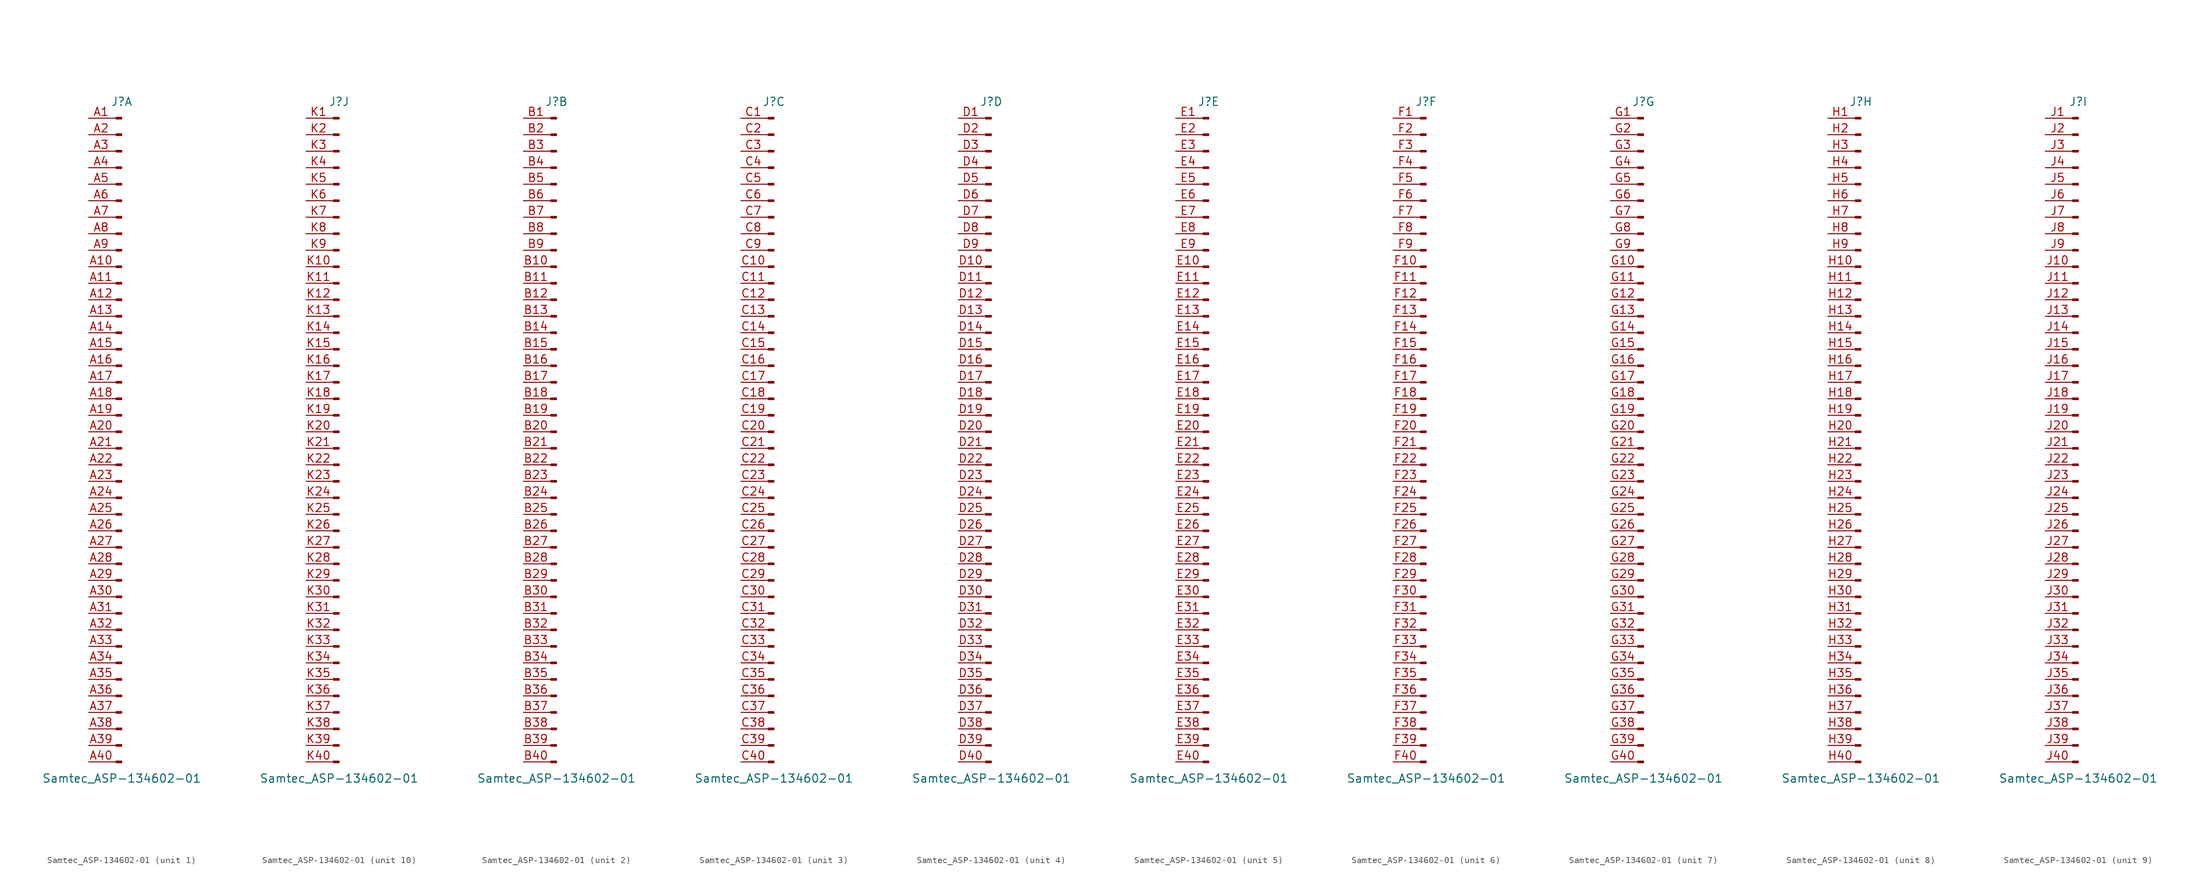
<source format=kicad_sym>
(kicad_symbol_lib
  (version 20220914)
  (generator kicad_symbol_editor)
  (symbol "Samtec_ASP-134602-01"
    (pin_names
      (offset 1.016) hide)
    (property "Reference" "J"
      (at 0 50.8 0)
      (effects (font (size 1.27 1.27))))
    (property "Value" "Samtec_ASP-134602-01"
      (at 0 -53.34 0)
      (effects (font (size 1.27 1.27))))
    (symbol "Samtec_ASP-134602-01_1_1"
      (rectangle (start -0.864 -50.673) (end 0 -50.927) (stroke (width 0.152) (type solid)) (fill (type outline)))
      (rectangle (start -0.864 -48.133) (end 0 -48.387) (stroke (width 0.152) (type solid)) (fill (type outline)))
      (rectangle (start -0.864 -45.593) (end 0 -45.847) (stroke (width 0.152) (type solid)) (fill (type outline)))
      (rectangle (start -0.864 -43.053) (end 0 -43.307) (stroke (width 0.152) (type solid)) (fill (type outline)))
      (rectangle (start -0.864 -40.513) (end 0 -40.767) (stroke (width 0.152) (type solid)) (fill (type outline)))
      (rectangle (start -0.864 -37.973) (end 0 -38.227) (stroke (width 0.152) (type solid)) (fill (type outline)))
      (rectangle (start -0.864 -35.433) (end 0 -35.687) (stroke (width 0.152) (type solid)) (fill (type outline)))
      (rectangle (start -0.864 -32.893) (end 0 -33.147) (stroke (width 0.152) (type solid)) (fill (type outline)))
      (rectangle (start -0.864 -30.353) (end 0 -30.607) (stroke (width 0.152) (type solid)) (fill (type outline)))
      (rectangle (start -0.864 -27.813) (end 0 -28.067) (stroke (width 0.152) (type solid)) (fill (type outline)))
      (rectangle (start -0.864 -25.273) (end 0 -25.527) (stroke (width 0.152) (type solid)) (fill (type outline)))
      (rectangle (start -0.864 -22.733) (end 0 -22.987) (stroke (width 0.152) (type solid)) (fill (type outline)))
      (rectangle (start -0.864 -20.193) (end 0 -20.447) (stroke (width 0.152) (type solid)) (fill (type outline)))
      (rectangle (start -0.864 -17.653) (end 0 -17.907) (stroke (width 0.152) (type solid)) (fill (type outline)))
      (rectangle (start -0.864 -15.113) (end 0 -15.367) (stroke (width 0.152) (type solid)) (fill (type outline)))
      (rectangle (start -0.864 -12.573) (end 0 -12.827) (stroke (width 0.152) (type solid)) (fill (type outline)))
      (rectangle (start -0.864 -10.033) (end 0 -10.287) (stroke (width 0.152) (type solid)) (fill (type outline)))
      (rectangle (start -0.864 -7.493) (end 0 -7.747) (stroke (width 0.152) (type solid)) (fill (type outline)))
      (rectangle (start -0.864 -4.953) (end 0 -5.207) (stroke (width 0.152) (type solid)) (fill (type outline)))
      (rectangle (start -0.864 -2.413) (end 0 -2.667) (stroke (width 0.152) (type solid)) (fill (type outline)))
      (rectangle (start -0.864 0.127) (end 0 -0.127) (stroke (width 0.152) (type solid)) (fill (type outline)))
      (rectangle (start -0.864 2.667) (end 0 2.413) (stroke (width 0.152) (type solid)) (fill (type outline)))
      (rectangle (start -0.864 5.207) (end 0 4.953) (stroke (width 0.152) (type solid)) (fill (type outline)))
      (rectangle (start -0.864 7.747) (end 0 7.493) (stroke (width 0.152) (type solid)) (fill (type outline)))
      (rectangle (start -0.864 10.287) (end 0 10.033) (stroke (width 0.152) (type solid)) (fill (type outline)))
      (rectangle (start -0.864 12.827) (end 0 12.573) (stroke (width 0.152) (type solid)) (fill (type outline)))
      (rectangle (start -0.864 15.367) (end 0 15.113) (stroke (width 0.152) (type solid)) (fill (type outline)))
      (rectangle (start -0.864 17.907) (end 0 17.653) (stroke (width 0.152) (type solid)) (fill (type outline)))
      (rectangle (start -0.864 20.447) (end 0 20.193) (stroke (width 0.152) (type solid)) (fill (type outline)))
      (rectangle (start -0.864 22.987) (end 0 22.733) (stroke (width 0.152) (type solid)) (fill (type outline)))
      (rectangle (start -0.864 25.527) (end 0 25.273) (stroke (width 0.152) (type solid)) (fill (type outline)))
      (rectangle (start -0.864 28.067) (end 0 27.813) (stroke (width 0.152) (type solid)) (fill (type outline)))
      (rectangle (start -0.864 30.607) (end 0 30.353) (stroke (width 0.152) (type solid)) (fill (type outline)))
      (rectangle (start -0.864 33.147) (end 0 32.893) (stroke (width 0.152) (type solid)) (fill (type outline)))
      (rectangle (start -0.864 35.687) (end 0 35.433) (stroke (width 0.152) (type solid)) (fill (type outline)))
      (rectangle (start -0.864 38.227) (end 0 37.973) (stroke (width 0.152) (type solid)) (fill (type outline)))
      (rectangle (start -0.864 40.767) (end 0 40.513) (stroke (width 0.152) (type solid)) (fill (type outline)))
      (rectangle (start -0.864 43.307) (end 0 43.053) (stroke (width 0.152) (type solid)) (fill (type outline)))
      (rectangle (start -0.864 45.847) (end 0 45.593) (stroke (width 0.152) (type solid)) (fill (type outline)))
      (rectangle (start -0.864 48.387) (end 0 48.133) (stroke (width 0.152) (type solid)) (fill (type outline)))
      (polyline (pts (xy -1.27 -50.8) (xy -0.864 -50.8)) (stroke (width 0.152) (type solid)) (fill (type none)))
      (polyline (pts (xy -1.27 -48.26) (xy -0.864 -48.26)) (stroke (width 0.152) (type solid)) (fill (type none)))
      (polyline (pts (xy -1.27 -45.72) (xy -0.864 -45.72)) (stroke (width 0.152) (type solid)) (fill (type none)))
      (polyline (pts (xy -1.27 -43.18) (xy -0.864 -43.18)) (stroke (width 0.152) (type solid)) (fill (type none)))
      (polyline (pts (xy -1.27 -40.64) (xy -0.864 -40.64)) (stroke (width 0.152) (type solid)) (fill (type none)))
      (polyline (pts (xy -1.27 -38.1) (xy -0.864 -38.1)) (stroke (width 0.152) (type solid)) (fill (type none)))
      (polyline (pts (xy -1.27 -35.56) (xy -0.864 -35.56)) (stroke (width 0.152) (type solid)) (fill (type none)))
      (polyline (pts (xy -1.27 -33.02) (xy -0.864 -33.02)) (stroke (width 0.152) (type solid)) (fill (type none)))
      (polyline (pts (xy -1.27 -30.48) (xy -0.864 -30.48)) (stroke (width 0.152) (type solid)) (fill (type none)))
      (polyline (pts (xy -1.27 -27.94) (xy -0.864 -27.94)) (stroke (width 0.152) (type solid)) (fill (type none)))
      (polyline (pts (xy -1.27 -25.4) (xy -0.864 -25.4)) (stroke (width 0.152) (type solid)) (fill (type none)))
      (polyline (pts (xy -1.27 -22.86) (xy -0.864 -22.86)) (stroke (width 0.152) (type solid)) (fill (type none)))
      (polyline (pts (xy -1.27 -20.32) (xy -0.864 -20.32)) (stroke (width 0.152) (type solid)) (fill (type none)))
      (polyline (pts (xy -1.27 -17.78) (xy -0.864 -17.78)) (stroke (width 0.152) (type solid)) (fill (type none)))
      (polyline (pts (xy -1.27 -15.24) (xy -0.864 -15.24)) (stroke (width 0.152) (type solid)) (fill (type none)))
      (polyline (pts (xy -1.27 -12.7) (xy -0.864 -12.7)) (stroke (width 0.152) (type solid)) (fill (type none)))
      (polyline (pts (xy -1.27 -10.16) (xy -0.864 -10.16)) (stroke (width 0.152) (type solid)) (fill (type none)))
      (polyline (pts (xy -1.27 -7.62) (xy -0.864 -7.62)) (stroke (width 0.152) (type solid)) (fill (type none)))
      (polyline (pts (xy -1.27 -5.08) (xy -0.864 -5.08)) (stroke (width 0.152) (type solid)) (fill (type none)))
      (polyline (pts (xy -1.27 -2.54) (xy -0.864 -2.54)) (stroke (width 0.152) (type solid)) (fill (type none)))
      (polyline (pts (xy -1.27 0) (xy -0.864 0)) (stroke (width 0.152) (type solid)) (fill (type none)))
      (polyline (pts (xy -1.27 2.54) (xy -0.864 2.54)) (stroke (width 0.152) (type solid)) (fill (type none)))
      (polyline (pts (xy -1.27 5.08) (xy -0.864 5.08)) (stroke (width 0.152) (type solid)) (fill (type none)))
      (polyline (pts (xy -1.27 7.62) (xy -0.864 7.62)) (stroke (width 0.152) (type solid)) (fill (type none)))
      (polyline (pts (xy -1.27 10.16) (xy -0.864 10.16)) (stroke (width 0.152) (type solid)) (fill (type none)))
      (polyline (pts (xy -1.27 12.7) (xy -0.864 12.7)) (stroke (width 0.152) (type solid)) (fill (type none)))
      (polyline (pts (xy -1.27 15.24) (xy -0.864 15.24)) (stroke (width 0.152) (type solid)) (fill (type none)))
      (polyline (pts (xy -1.27 17.78) (xy -0.864 17.78)) (stroke (width 0.152) (type solid)) (fill (type none)))
      (polyline (pts (xy -1.27 20.32) (xy -0.864 20.32)) (stroke (width 0.152) (type solid)) (fill (type none)))
      (polyline (pts (xy -1.27 22.86) (xy -0.864 22.86)) (stroke (width 0.152) (type solid)) (fill (type none)))
      (polyline (pts (xy -1.27 25.4) (xy -0.864 25.4)) (stroke (width 0.152) (type solid)) (fill (type none)))
      (polyline (pts (xy -1.27 27.94) (xy -0.864 27.94)) (stroke (width 0.152) (type solid)) (fill (type none)))
      (polyline (pts (xy -1.27 30.48) (xy -0.864 30.48)) (stroke (width 0.152) (type solid)) (fill (type none)))
      (polyline (pts (xy -1.27 33.02) (xy -0.864 33.02)) (stroke (width 0.152) (type solid)) (fill (type none)))
      (polyline (pts (xy -1.27 35.56) (xy -0.864 35.56)) (stroke (width 0.152) (type solid)) (fill (type none)))
      (polyline (pts (xy -1.27 38.1) (xy -0.864 38.1)) (stroke (width 0.152) (type solid)) (fill (type none)))
      (polyline (pts (xy -1.27 40.64) (xy -0.864 40.64)) (stroke (width 0.152) (type solid)) (fill (type none)))
      (polyline (pts (xy -1.27 43.18) (xy -0.864 43.18)) (stroke (width 0.152) (type solid)) (fill (type none)))
      (polyline (pts (xy -1.27 45.72) (xy -0.864 45.72)) (stroke (width 0.152) (type solid)) (fill (type none)))
      (polyline (pts (xy -1.27 48.26) (xy -0.864 48.26)) (stroke (width 0.152) (type solid)) (fill (type none)))
      (pin passive line (at -5.08 48.26 0) (length 3.81) (name "Pin_1" (effects (font (size 1.27 1.27)))) (number "A1" (effects (font (size 1.27 1.27)))))
      (pin passive line (at -5.08 25.4 0) (length 3.81) (name "Pin_10" (effects (font (size 1.27 1.27)))) (number "A10" (effects (font (size 1.27 1.27)))))
      (pin passive line (at -5.08 22.86 0) (length 3.81) (name "Pin_11" (effects (font (size 1.27 1.27)))) (number "A11" (effects (font (size 1.27 1.27)))))
      (pin passive line (at -5.08 20.32 0) (length 3.81) (name "Pin_12" (effects (font (size 1.27 1.27)))) (number "A12" (effects (font (size 1.27 1.27)))))
      (pin passive line (at -5.08 17.78 0) (length 3.81) (name "Pin_13" (effects (font (size 1.27 1.27)))) (number "A13" (effects (font (size 1.27 1.27)))))
      (pin passive line (at -5.08 15.24 0) (length 3.81) (name "Pin_14" (effects (font (size 1.27 1.27)))) (number "A14" (effects (font (size 1.27 1.27)))))
      (pin passive line (at -5.08 12.7 0) (length 3.81) (name "Pin_15" (effects (font (size 1.27 1.27)))) (number "A15" (effects (font (size 1.27 1.27)))))
      (pin passive line (at -5.08 10.16 0) (length 3.81) (name "Pin_16" (effects (font (size 1.27 1.27)))) (number "A16" (effects (font (size 1.27 1.27)))))
      (pin passive line (at -5.08 7.62 0) (length 3.81) (name "Pin_17" (effects (font (size 1.27 1.27)))) (number "A17" (effects (font (size 1.27 1.27)))))
      (pin passive line (at -5.08 5.08 0) (length 3.81) (name "Pin_18" (effects (font (size 1.27 1.27)))) (number "A18" (effects (font (size 1.27 1.27)))))
      (pin passive line (at -5.08 2.54 0) (length 3.81) (name "Pin_19" (effects (font (size 1.27 1.27)))) (number "A19" (effects (font (size 1.27 1.27)))))
      (pin passive line (at -5.08 45.72 0) (length 3.81) (name "Pin_2" (effects (font (size 1.27 1.27)))) (number "A2" (effects (font (size 1.27 1.27)))))
      (pin passive line (at -5.08 0 0) (length 3.81) (name "Pin_20" (effects (font (size 1.27 1.27)))) (number "A20" (effects (font (size 1.27 1.27)))))
      (pin passive line (at -5.08 -2.54 0) (length 3.81) (name "Pin_21" (effects (font (size 1.27 1.27)))) (number "A21" (effects (font (size 1.27 1.27)))))
      (pin passive line (at -5.08 -5.08 0) (length 3.81) (name "Pin_22" (effects (font (size 1.27 1.27)))) (number "A22" (effects (font (size 1.27 1.27)))))
      (pin passive line (at -5.08 -7.62 0) (length 3.81) (name "Pin_23" (effects (font (size 1.27 1.27)))) (number "A23" (effects (font (size 1.27 1.27)))))
      (pin passive line (at -5.08 -10.16 0) (length 3.81) (name "Pin_24" (effects (font (size 1.27 1.27)))) (number "A24" (effects (font (size 1.27 1.27)))))
      (pin passive line (at -5.08 -12.7 0) (length 3.81) (name "Pin_25" (effects (font (size 1.27 1.27)))) (number "A25" (effects (font (size 1.27 1.27)))))
      (pin passive line (at -5.08 -15.24 0) (length 3.81) (name "Pin_26" (effects (font (size 1.27 1.27)))) (number "A26" (effects (font (size 1.27 1.27)))))
      (pin passive line (at -5.08 -17.78 0) (length 3.81) (name "Pin_27" (effects (font (size 1.27 1.27)))) (number "A27" (effects (font (size 1.27 1.27)))))
      (pin passive line (at -5.08 -20.32 0) (length 3.81) (name "Pin_28" (effects (font (size 1.27 1.27)))) (number "A28" (effects (font (size 1.27 1.27)))))
      (pin passive line (at -5.08 -22.86 0) (length 3.81) (name "Pin_29" (effects (font (size 1.27 1.27)))) (number "A29" (effects (font (size 1.27 1.27)))))
      (pin passive line (at -5.08 43.18 0) (length 3.81) (name "Pin_3" (effects (font (size 1.27 1.27)))) (number "A3" (effects (font (size 1.27 1.27)))))
      (pin passive line (at -5.08 -25.4 0) (length 3.81) (name "Pin_30" (effects (font (size 1.27 1.27)))) (number "A30" (effects (font (size 1.27 1.27)))))
      (pin passive line (at -5.08 -27.94 0) (length 3.81) (name "Pin_31" (effects (font (size 1.27 1.27)))) (number "A31" (effects (font (size 1.27 1.27)))))
      (pin passive line (at -5.08 -30.48 0) (length 3.81) (name "Pin_32" (effects (font (size 1.27 1.27)))) (number "A32" (effects (font (size 1.27 1.27)))))
      (pin passive line (at -5.08 -33.02 0) (length 3.81) (name "Pin_33" (effects (font (size 1.27 1.27)))) (number "A33" (effects (font (size 1.27 1.27)))))
      (pin passive line (at -5.08 -35.56 0) (length 3.81) (name "Pin_34" (effects (font (size 1.27 1.27)))) (number "A34" (effects (font (size 1.27 1.27)))))
      (pin passive line (at -5.08 -38.1 0) (length 3.81) (name "Pin_35" (effects (font (size 1.27 1.27)))) (number "A35" (effects (font (size 1.27 1.27)))))
      (pin passive line (at -5.08 -40.64 0) (length 3.81) (name "Pin_36" (effects (font (size 1.27 1.27)))) (number "A36" (effects (font (size 1.27 1.27)))))
      (pin passive line (at -5.08 -43.18 0) (length 3.81) (name "Pin_37" (effects (font (size 1.27 1.27)))) (number "A37" (effects (font (size 1.27 1.27)))))
      (pin passive line (at -5.08 -45.72 0) (length 3.81) (name "Pin_38" (effects (font (size 1.27 1.27)))) (number "A38" (effects (font (size 1.27 1.27)))))
      (pin passive line (at -5.08 -48.26 0) (length 3.81) (name "Pin_39" (effects (font (size 1.27 1.27)))) (number "A39" (effects (font (size 1.27 1.27)))))
      (pin passive line (at -5.08 40.64 0) (length 3.81) (name "Pin_4" (effects (font (size 1.27 1.27)))) (number "A4" (effects (font (size 1.27 1.27)))))
      (pin passive line (at -5.08 -50.8 0) (length 3.81) (name "Pin_40" (effects (font (size 1.27 1.27)))) (number "A40" (effects (font (size 1.27 1.27)))))
      (pin passive line (at -5.08 38.1 0) (length 3.81) (name "Pin_5" (effects (font (size 1.27 1.27)))) (number "A5" (effects (font (size 1.27 1.27)))))
      (pin passive line (at -5.08 35.56 0) (length 3.81) (name "Pin_6" (effects (font (size 1.27 1.27)))) (number "A6" (effects (font (size 1.27 1.27)))))
      (pin passive line (at -5.08 33.02 0) (length 3.81) (name "Pin_7" (effects (font (size 1.27 1.27)))) (number "A7" (effects (font (size 1.27 1.27)))))
      (pin passive line (at -5.08 30.48 0) (length 3.81) (name "Pin_8" (effects (font (size 1.27 1.27)))) (number "A8" (effects (font (size 1.27 1.27)))))
      (pin passive line (at -5.08 27.94 0) (length 3.81) (name "Pin_9" (effects (font (size 1.27 1.27)))) (number "A9" (effects (font (size 1.27 1.27))))))
    (symbol "Samtec_ASP-134602-01_2_1"
      (rectangle (start -0.864 -50.673) (end 0 -50.927) (stroke (width 0.152) (type solid)) (fill (type outline)))
      (rectangle (start -0.864 -48.133) (end 0 -48.387) (stroke (width 0.152) (type solid)) (fill (type outline)))
      (rectangle (start -0.864 -45.593) (end 0 -45.847) (stroke (width 0.152) (type solid)) (fill (type outline)))
      (rectangle (start -0.864 -43.053) (end 0 -43.307) (stroke (width 0.152) (type solid)) (fill (type outline)))
      (rectangle (start -0.864 -40.513) (end 0 -40.767) (stroke (width 0.152) (type solid)) (fill (type outline)))
      (rectangle (start -0.864 -37.973) (end 0 -38.227) (stroke (width 0.152) (type solid)) (fill (type outline)))
      (rectangle (start -0.864 -35.433) (end 0 -35.687) (stroke (width 0.152) (type solid)) (fill (type outline)))
      (rectangle (start -0.864 -32.893) (end 0 -33.147) (stroke (width 0.152) (type solid)) (fill (type outline)))
      (rectangle (start -0.864 -30.353) (end 0 -30.607) (stroke (width 0.152) (type solid)) (fill (type outline)))
      (rectangle (start -0.864 -27.813) (end 0 -28.067) (stroke (width 0.152) (type solid)) (fill (type outline)))
      (rectangle (start -0.864 -25.273) (end 0 -25.527) (stroke (width 0.152) (type solid)) (fill (type outline)))
      (rectangle (start -0.864 -22.733) (end 0 -22.987) (stroke (width 0.152) (type solid)) (fill (type outline)))
      (rectangle (start -0.864 -20.193) (end 0 -20.447) (stroke (width 0.152) (type solid)) (fill (type outline)))
      (rectangle (start -0.864 -17.653) (end 0 -17.907) (stroke (width 0.152) (type solid)) (fill (type outline)))
      (rectangle (start -0.864 -15.113) (end 0 -15.367) (stroke (width 0.152) (type solid)) (fill (type outline)))
      (rectangle (start -0.864 -12.573) (end 0 -12.827) (stroke (width 0.152) (type solid)) (fill (type outline)))
      (rectangle (start -0.864 -10.033) (end 0 -10.287) (stroke (width 0.152) (type solid)) (fill (type outline)))
      (rectangle (start -0.864 -7.493) (end 0 -7.747) (stroke (width 0.152) (type solid)) (fill (type outline)))
      (rectangle (start -0.864 -4.953) (end 0 -5.207) (stroke (width 0.152) (type solid)) (fill (type outline)))
      (rectangle (start -0.864 -2.413) (end 0 -2.667) (stroke (width 0.152) (type solid)) (fill (type outline)))
      (rectangle (start -0.864 0.127) (end 0 -0.127) (stroke (width 0.152) (type solid)) (fill (type outline)))
      (rectangle (start -0.864 2.667) (end 0 2.413) (stroke (width 0.152) (type solid)) (fill (type outline)))
      (rectangle (start -0.864 5.207) (end 0 4.953) (stroke (width 0.152) (type solid)) (fill (type outline)))
      (rectangle (start -0.864 7.747) (end 0 7.493) (stroke (width 0.152) (type solid)) (fill (type outline)))
      (rectangle (start -0.864 10.287) (end 0 10.033) (stroke (width 0.152) (type solid)) (fill (type outline)))
      (rectangle (start -0.864 12.827) (end 0 12.573) (stroke (width 0.152) (type solid)) (fill (type outline)))
      (rectangle (start -0.864 15.367) (end 0 15.113) (stroke (width 0.152) (type solid)) (fill (type outline)))
      (rectangle (start -0.864 17.907) (end 0 17.653) (stroke (width 0.152) (type solid)) (fill (type outline)))
      (rectangle (start -0.864 20.447) (end 0 20.193) (stroke (width 0.152) (type solid)) (fill (type outline)))
      (rectangle (start -0.864 22.987) (end 0 22.733) (stroke (width 0.152) (type solid)) (fill (type outline)))
      (rectangle (start -0.864 25.527) (end 0 25.273) (stroke (width 0.152) (type solid)) (fill (type outline)))
      (rectangle (start -0.864 28.067) (end 0 27.813) (stroke (width 0.152) (type solid)) (fill (type outline)))
      (rectangle (start -0.864 30.607) (end 0 30.353) (stroke (width 0.152) (type solid)) (fill (type outline)))
      (rectangle (start -0.864 33.147) (end 0 32.893) (stroke (width 0.152) (type solid)) (fill (type outline)))
      (rectangle (start -0.864 35.687) (end 0 35.433) (stroke (width 0.152) (type solid)) (fill (type outline)))
      (rectangle (start -0.864 38.227) (end 0 37.973) (stroke (width 0.152) (type solid)) (fill (type outline)))
      (rectangle (start -0.864 40.767) (end 0 40.513) (stroke (width 0.152) (type solid)) (fill (type outline)))
      (rectangle (start -0.864 43.307) (end 0 43.053) (stroke (width 0.152) (type solid)) (fill (type outline)))
      (rectangle (start -0.864 45.847) (end 0 45.593) (stroke (width 0.152) (type solid)) (fill (type outline)))
      (rectangle (start -0.864 48.387) (end 0 48.133) (stroke (width 0.152) (type solid)) (fill (type outline)))
      (polyline (pts (xy -1.27 -50.8) (xy -0.864 -50.8)) (stroke (width 0.152) (type solid)) (fill (type none)))
      (polyline (pts (xy -1.27 -48.26) (xy -0.864 -48.26)) (stroke (width 0.152) (type solid)) (fill (type none)))
      (polyline (pts (xy -1.27 -45.72) (xy -0.864 -45.72)) (stroke (width 0.152) (type solid)) (fill (type none)))
      (polyline (pts (xy -1.27 -43.18) (xy -0.864 -43.18)) (stroke (width 0.152) (type solid)) (fill (type none)))
      (polyline (pts (xy -1.27 -40.64) (xy -0.864 -40.64)) (stroke (width 0.152) (type solid)) (fill (type none)))
      (polyline (pts (xy -1.27 -38.1) (xy -0.864 -38.1)) (stroke (width 0.152) (type solid)) (fill (type none)))
      (polyline (pts (xy -1.27 -35.56) (xy -0.864 -35.56)) (stroke (width 0.152) (type solid)) (fill (type none)))
      (polyline (pts (xy -1.27 -33.02) (xy -0.864 -33.02)) (stroke (width 0.152) (type solid)) (fill (type none)))
      (polyline (pts (xy -1.27 -30.48) (xy -0.864 -30.48)) (stroke (width 0.152) (type solid)) (fill (type none)))
      (polyline (pts (xy -1.27 -27.94) (xy -0.864 -27.94)) (stroke (width 0.152) (type solid)) (fill (type none)))
      (polyline (pts (xy -1.27 -25.4) (xy -0.864 -25.4)) (stroke (width 0.152) (type solid)) (fill (type none)))
      (polyline (pts (xy -1.27 -22.86) (xy -0.864 -22.86)) (stroke (width 0.152) (type solid)) (fill (type none)))
      (polyline (pts (xy -1.27 -20.32) (xy -0.864 -20.32)) (stroke (width 0.152) (type solid)) (fill (type none)))
      (polyline (pts (xy -1.27 -17.78) (xy -0.864 -17.78)) (stroke (width 0.152) (type solid)) (fill (type none)))
      (polyline (pts (xy -1.27 -15.24) (xy -0.864 -15.24)) (stroke (width 0.152) (type solid)) (fill (type none)))
      (polyline (pts (xy -1.27 -12.7) (xy -0.864 -12.7)) (stroke (width 0.152) (type solid)) (fill (type none)))
      (polyline (pts (xy -1.27 -10.16) (xy -0.864 -10.16)) (stroke (width 0.152) (type solid)) (fill (type none)))
      (polyline (pts (xy -1.27 -7.62) (xy -0.864 -7.62)) (stroke (width 0.152) (type solid)) (fill (type none)))
      (polyline (pts (xy -1.27 -5.08) (xy -0.864 -5.08)) (stroke (width 0.152) (type solid)) (fill (type none)))
      (polyline (pts (xy -1.27 -2.54) (xy -0.864 -2.54)) (stroke (width 0.152) (type solid)) (fill (type none)))
      (polyline (pts (xy -1.27 0) (xy -0.864 0)) (stroke (width 0.152) (type solid)) (fill (type none)))
      (polyline (pts (xy -1.27 2.54) (xy -0.864 2.54)) (stroke (width 0.152) (type solid)) (fill (type none)))
      (polyline (pts (xy -1.27 5.08) (xy -0.864 5.08)) (stroke (width 0.152) (type solid)) (fill (type none)))
      (polyline (pts (xy -1.27 7.62) (xy -0.864 7.62)) (stroke (width 0.152) (type solid)) (fill (type none)))
      (polyline (pts (xy -1.27 10.16) (xy -0.864 10.16)) (stroke (width 0.152) (type solid)) (fill (type none)))
      (polyline (pts (xy -1.27 12.7) (xy -0.864 12.7)) (stroke (width 0.152) (type solid)) (fill (type none)))
      (polyline (pts (xy -1.27 15.24) (xy -0.864 15.24)) (stroke (width 0.152) (type solid)) (fill (type none)))
      (polyline (pts (xy -1.27 17.78) (xy -0.864 17.78)) (stroke (width 0.152) (type solid)) (fill (type none)))
      (polyline (pts (xy -1.27 20.32) (xy -0.864 20.32)) (stroke (width 0.152) (type solid)) (fill (type none)))
      (polyline (pts (xy -1.27 22.86) (xy -0.864 22.86)) (stroke (width 0.152) (type solid)) (fill (type none)))
      (polyline (pts (xy -1.27 25.4) (xy -0.864 25.4)) (stroke (width 0.152) (type solid)) (fill (type none)))
      (polyline (pts (xy -1.27 27.94) (xy -0.864 27.94)) (stroke (width 0.152) (type solid)) (fill (type none)))
      (polyline (pts (xy -1.27 30.48) (xy -0.864 30.48)) (stroke (width 0.152) (type solid)) (fill (type none)))
      (polyline (pts (xy -1.27 33.02) (xy -0.864 33.02)) (stroke (width 0.152) (type solid)) (fill (type none)))
      (polyline (pts (xy -1.27 35.56) (xy -0.864 35.56)) (stroke (width 0.152) (type solid)) (fill (type none)))
      (polyline (pts (xy -1.27 38.1) (xy -0.864 38.1)) (stroke (width 0.152) (type solid)) (fill (type none)))
      (polyline (pts (xy -1.27 40.64) (xy -0.864 40.64)) (stroke (width 0.152) (type solid)) (fill (type none)))
      (polyline (pts (xy -1.27 43.18) (xy -0.864 43.18)) (stroke (width 0.152) (type solid)) (fill (type none)))
      (polyline (pts (xy -1.27 45.72) (xy -0.864 45.72)) (stroke (width 0.152) (type solid)) (fill (type none)))
      (polyline (pts (xy -1.27 48.26) (xy -0.864 48.26)) (stroke (width 0.152) (type solid)) (fill (type none)))
      (pin passive line (at -5.08 48.26 0) (length 3.81) (name "Pin_1" (effects (font (size 1.27 1.27)))) (number "B1" (effects (font (size 1.27 1.27)))))
      (pin passive line (at -5.08 25.4 0) (length 3.81) (name "Pin_10" (effects (font (size 1.27 1.27)))) (number "B10" (effects (font (size 1.27 1.27)))))
      (pin passive line (at -5.08 22.86 0) (length 3.81) (name "Pin_11" (effects (font (size 1.27 1.27)))) (number "B11" (effects (font (size 1.27 1.27)))))
      (pin passive line (at -5.08 20.32 0) (length 3.81) (name "Pin_12" (effects (font (size 1.27 1.27)))) (number "B12" (effects (font (size 1.27 1.27)))))
      (pin passive line (at -5.08 17.78 0) (length 3.81) (name "Pin_13" (effects (font (size 1.27 1.27)))) (number "B13" (effects (font (size 1.27 1.27)))))
      (pin passive line (at -5.08 15.24 0) (length 3.81) (name "Pin_14" (effects (font (size 1.27 1.27)))) (number "B14" (effects (font (size 1.27 1.27)))))
      (pin passive line (at -5.08 12.7 0) (length 3.81) (name "Pin_15" (effects (font (size 1.27 1.27)))) (number "B15" (effects (font (size 1.27 1.27)))))
      (pin passive line (at -5.08 10.16 0) (length 3.81) (name "Pin_16" (effects (font (size 1.27 1.27)))) (number "B16" (effects (font (size 1.27 1.27)))))
      (pin passive line (at -5.08 7.62 0) (length 3.81) (name "Pin_17" (effects (font (size 1.27 1.27)))) (number "B17" (effects (font (size 1.27 1.27)))))
      (pin passive line (at -5.08 5.08 0) (length 3.81) (name "Pin_18" (effects (font (size 1.27 1.27)))) (number "B18" (effects (font (size 1.27 1.27)))))
      (pin passive line (at -5.08 2.54 0) (length 3.81) (name "Pin_19" (effects (font (size 1.27 1.27)))) (number "B19" (effects (font (size 1.27 1.27)))))
      (pin passive line (at -5.08 45.72 0) (length 3.81) (name "Pin_2" (effects (font (size 1.27 1.27)))) (number "B2" (effects (font (size 1.27 1.27)))))
      (pin passive line (at -5.08 0 0) (length 3.81) (name "Pin_20" (effects (font (size 1.27 1.27)))) (number "B20" (effects (font (size 1.27 1.27)))))
      (pin passive line (at -5.08 -2.54 0) (length 3.81) (name "Pin_21" (effects (font (size 1.27 1.27)))) (number "B21" (effects (font (size 1.27 1.27)))))
      (pin passive line (at -5.08 -5.08 0) (length 3.81) (name "Pin_22" (effects (font (size 1.27 1.27)))) (number "B22" (effects (font (size 1.27 1.27)))))
      (pin passive line (at -5.08 -7.62 0) (length 3.81) (name "Pin_23" (effects (font (size 1.27 1.27)))) (number "B23" (effects (font (size 1.27 1.27)))))
      (pin passive line (at -5.08 -10.16 0) (length 3.81) (name "Pin_24" (effects (font (size 1.27 1.27)))) (number "B24" (effects (font (size 1.27 1.27)))))
      (pin passive line (at -5.08 -12.7 0) (length 3.81) (name "Pin_25" (effects (font (size 1.27 1.27)))) (number "B25" (effects (font (size 1.27 1.27)))))
      (pin passive line (at -5.08 -15.24 0) (length 3.81) (name "Pin_26" (effects (font (size 1.27 1.27)))) (number "B26" (effects (font (size 1.27 1.27)))))
      (pin passive line (at -5.08 -17.78 0) (length 3.81) (name "Pin_27" (effects (font (size 1.27 1.27)))) (number "B27" (effects (font (size 1.27 1.27)))))
      (pin passive line (at -5.08 -20.32 0) (length 3.81) (name "Pin_28" (effects (font (size 1.27 1.27)))) (number "B28" (effects (font (size 1.27 1.27)))))
      (pin passive line (at -5.08 -22.86 0) (length 3.81) (name "Pin_29" (effects (font (size 1.27 1.27)))) (number "B29" (effects (font (size 1.27 1.27)))))
      (pin passive line (at -5.08 43.18 0) (length 3.81) (name "Pin_3" (effects (font (size 1.27 1.27)))) (number "B3" (effects (font (size 1.27 1.27)))))
      (pin passive line (at -5.08 -25.4 0) (length 3.81) (name "Pin_30" (effects (font (size 1.27 1.27)))) (number "B30" (effects (font (size 1.27 1.27)))))
      (pin passive line (at -5.08 -27.94 0) (length 3.81) (name "Pin_31" (effects (font (size 1.27 1.27)))) (number "B31" (effects (font (size 1.27 1.27)))))
      (pin passive line (at -5.08 -30.48 0) (length 3.81) (name "Pin_32" (effects (font (size 1.27 1.27)))) (number "B32" (effects (font (size 1.27 1.27)))))
      (pin passive line (at -5.08 -33.02 0) (length 3.81) (name "Pin_33" (effects (font (size 1.27 1.27)))) (number "B33" (effects (font (size 1.27 1.27)))))
      (pin passive line (at -5.08 -35.56 0) (length 3.81) (name "Pin_34" (effects (font (size 1.27 1.27)))) (number "B34" (effects (font (size 1.27 1.27)))))
      (pin passive line (at -5.08 -38.1 0) (length 3.81) (name "Pin_35" (effects (font (size 1.27 1.27)))) (number "B35" (effects (font (size 1.27 1.27)))))
      (pin passive line (at -5.08 -40.64 0) (length 3.81) (name "Pin_36" (effects (font (size 1.27 1.27)))) (number "B36" (effects (font (size 1.27 1.27)))))
      (pin passive line (at -5.08 -43.18 0) (length 3.81) (name "Pin_37" (effects (font (size 1.27 1.27)))) (number "B37" (effects (font (size 1.27 1.27)))))
      (pin passive line (at -5.08 -45.72 0) (length 3.81) (name "Pin_38" (effects (font (size 1.27 1.27)))) (number "B38" (effects (font (size 1.27 1.27)))))
      (pin passive line (at -5.08 -48.26 0) (length 3.81) (name "Pin_39" (effects (font (size 1.27 1.27)))) (number "B39" (effects (font (size 1.27 1.27)))))
      (pin passive line (at -5.08 40.64 0) (length 3.81) (name "Pin_4" (effects (font (size 1.27 1.27)))) (number "B4" (effects (font (size 1.27 1.27)))))
      (pin passive line (at -5.08 -50.8 0) (length 3.81) (name "Pin_40" (effects (font (size 1.27 1.27)))) (number "B40" (effects (font (size 1.27 1.27)))))
      (pin passive line (at -5.08 38.1 0) (length 3.81) (name "Pin_5" (effects (font (size 1.27 1.27)))) (number "B5" (effects (font (size 1.27 1.27)))))
      (pin passive line (at -5.08 35.56 0) (length 3.81) (name "Pin_6" (effects (font (size 1.27 1.27)))) (number "B6" (effects (font (size 1.27 1.27)))))
      (pin passive line (at -5.08 33.02 0) (length 3.81) (name "Pin_7" (effects (font (size 1.27 1.27)))) (number "B7" (effects (font (size 1.27 1.27)))))
      (pin passive line (at -5.08 30.48 0) (length 3.81) (name "Pin_8" (effects (font (size 1.27 1.27)))) (number "B8" (effects (font (size 1.27 1.27)))))
      (pin passive line (at -5.08 27.94 0) (length 3.81) (name "Pin_9" (effects (font (size 1.27 1.27)))) (number "B9" (effects (font (size 1.27 1.27))))))
    (symbol "Samtec_ASP-134602-01_3_1"
      (rectangle (start -0.864 -50.673) (end 0 -50.927) (stroke (width 0.152) (type solid)) (fill (type outline)))
      (rectangle (start -0.864 -48.133) (end 0 -48.387) (stroke (width 0.152) (type solid)) (fill (type outline)))
      (rectangle (start -0.864 -45.593) (end 0 -45.847) (stroke (width 0.152) (type solid)) (fill (type outline)))
      (rectangle (start -0.864 -43.053) (end 0 -43.307) (stroke (width 0.152) (type solid)) (fill (type outline)))
      (rectangle (start -0.864 -40.513) (end 0 -40.767) (stroke (width 0.152) (type solid)) (fill (type outline)))
      (rectangle (start -0.864 -37.973) (end 0 -38.227) (stroke (width 0.152) (type solid)) (fill (type outline)))
      (rectangle (start -0.864 -35.433) (end 0 -35.687) (stroke (width 0.152) (type solid)) (fill (type outline)))
      (rectangle (start -0.864 -32.893) (end 0 -33.147) (stroke (width 0.152) (type solid)) (fill (type outline)))
      (rectangle (start -0.864 -30.353) (end 0 -30.607) (stroke (width 0.152) (type solid)) (fill (type outline)))
      (rectangle (start -0.864 -27.813) (end 0 -28.067) (stroke (width 0.152) (type solid)) (fill (type outline)))
      (rectangle (start -0.864 -25.273) (end 0 -25.527) (stroke (width 0.152) (type solid)) (fill (type outline)))
      (rectangle (start -0.864 -22.733) (end 0 -22.987) (stroke (width 0.152) (type solid)) (fill (type outline)))
      (rectangle (start -0.864 -20.193) (end 0 -20.447) (stroke (width 0.152) (type solid)) (fill (type outline)))
      (rectangle (start -0.864 -17.653) (end 0 -17.907) (stroke (width 0.152) (type solid)) (fill (type outline)))
      (rectangle (start -0.864 -15.113) (end 0 -15.367) (stroke (width 0.152) (type solid)) (fill (type outline)))
      (rectangle (start -0.864 -12.573) (end 0 -12.827) (stroke (width 0.152) (type solid)) (fill (type outline)))
      (rectangle (start -0.864 -10.033) (end 0 -10.287) (stroke (width 0.152) (type solid)) (fill (type outline)))
      (rectangle (start -0.864 -7.493) (end 0 -7.747) (stroke (width 0.152) (type solid)) (fill (type outline)))
      (rectangle (start -0.864 -4.953) (end 0 -5.207) (stroke (width 0.152) (type solid)) (fill (type outline)))
      (rectangle (start -0.864 -2.413) (end 0 -2.667) (stroke (width 0.152) (type solid)) (fill (type outline)))
      (rectangle (start -0.864 0.127) (end 0 -0.127) (stroke (width 0.152) (type solid)) (fill (type outline)))
      (rectangle (start -0.864 2.667) (end 0 2.413) (stroke (width 0.152) (type solid)) (fill (type outline)))
      (rectangle (start -0.864 5.207) (end 0 4.953) (stroke (width 0.152) (type solid)) (fill (type outline)))
      (rectangle (start -0.864 7.747) (end 0 7.493) (stroke (width 0.152) (type solid)) (fill (type outline)))
      (rectangle (start -0.864 10.287) (end 0 10.033) (stroke (width 0.152) (type solid)) (fill (type outline)))
      (rectangle (start -0.864 12.827) (end 0 12.573) (stroke (width 0.152) (type solid)) (fill (type outline)))
      (rectangle (start -0.864 15.367) (end 0 15.113) (stroke (width 0.152) (type solid)) (fill (type outline)))
      (rectangle (start -0.864 17.907) (end 0 17.653) (stroke (width 0.152) (type solid)) (fill (type outline)))
      (rectangle (start -0.864 20.447) (end 0 20.193) (stroke (width 0.152) (type solid)) (fill (type outline)))
      (rectangle (start -0.864 22.987) (end 0 22.733) (stroke (width 0.152) (type solid)) (fill (type outline)))
      (rectangle (start -0.864 25.527) (end 0 25.273) (stroke (width 0.152) (type solid)) (fill (type outline)))
      (rectangle (start -0.864 28.067) (end 0 27.813) (stroke (width 0.152) (type solid)) (fill (type outline)))
      (rectangle (start -0.864 30.607) (end 0 30.353) (stroke (width 0.152) (type solid)) (fill (type outline)))
      (rectangle (start -0.864 33.147) (end 0 32.893) (stroke (width 0.152) (type solid)) (fill (type outline)))
      (rectangle (start -0.864 35.687) (end 0 35.433) (stroke (width 0.152) (type solid)) (fill (type outline)))
      (rectangle (start -0.864 38.227) (end 0 37.973) (stroke (width 0.152) (type solid)) (fill (type outline)))
      (rectangle (start -0.864 40.767) (end 0 40.513) (stroke (width 0.152) (type solid)) (fill (type outline)))
      (rectangle (start -0.864 43.307) (end 0 43.053) (stroke (width 0.152) (type solid)) (fill (type outline)))
      (rectangle (start -0.864 45.847) (end 0 45.593) (stroke (width 0.152) (type solid)) (fill (type outline)))
      (rectangle (start -0.864 48.387) (end 0 48.133) (stroke (width 0.152) (type solid)) (fill (type outline)))
      (polyline (pts (xy -1.27 -50.8) (xy -0.864 -50.8)) (stroke (width 0.152) (type solid)) (fill (type none)))
      (polyline (pts (xy -1.27 -48.26) (xy -0.864 -48.26)) (stroke (width 0.152) (type solid)) (fill (type none)))
      (polyline (pts (xy -1.27 -45.72) (xy -0.864 -45.72)) (stroke (width 0.152) (type solid)) (fill (type none)))
      (polyline (pts (xy -1.27 -43.18) (xy -0.864 -43.18)) (stroke (width 0.152) (type solid)) (fill (type none)))
      (polyline (pts (xy -1.27 -40.64) (xy -0.864 -40.64)) (stroke (width 0.152) (type solid)) (fill (type none)))
      (polyline (pts (xy -1.27 -38.1) (xy -0.864 -38.1)) (stroke (width 0.152) (type solid)) (fill (type none)))
      (polyline (pts (xy -1.27 -35.56) (xy -0.864 -35.56)) (stroke (width 0.152) (type solid)) (fill (type none)))
      (polyline (pts (xy -1.27 -33.02) (xy -0.864 -33.02)) (stroke (width 0.152) (type solid)) (fill (type none)))
      (polyline (pts (xy -1.27 -30.48) (xy -0.864 -30.48)) (stroke (width 0.152) (type solid)) (fill (type none)))
      (polyline (pts (xy -1.27 -27.94) (xy -0.864 -27.94)) (stroke (width 0.152) (type solid)) (fill (type none)))
      (polyline (pts (xy -1.27 -25.4) (xy -0.864 -25.4)) (stroke (width 0.152) (type solid)) (fill (type none)))
      (polyline (pts (xy -1.27 -22.86) (xy -0.864 -22.86)) (stroke (width 0.152) (type solid)) (fill (type none)))
      (polyline (pts (xy -1.27 -20.32) (xy -0.864 -20.32)) (stroke (width 0.152) (type solid)) (fill (type none)))
      (polyline (pts (xy -1.27 -17.78) (xy -0.864 -17.78)) (stroke (width 0.152) (type solid)) (fill (type none)))
      (polyline (pts (xy -1.27 -15.24) (xy -0.864 -15.24)) (stroke (width 0.152) (type solid)) (fill (type none)))
      (polyline (pts (xy -1.27 -12.7) (xy -0.864 -12.7)) (stroke (width 0.152) (type solid)) (fill (type none)))
      (polyline (pts (xy -1.27 -10.16) (xy -0.864 -10.16)) (stroke (width 0.152) (type solid)) (fill (type none)))
      (polyline (pts (xy -1.27 -7.62) (xy -0.864 -7.62)) (stroke (width 0.152) (type solid)) (fill (type none)))
      (polyline (pts (xy -1.27 -5.08) (xy -0.864 -5.08)) (stroke (width 0.152) (type solid)) (fill (type none)))
      (polyline (pts (xy -1.27 -2.54) (xy -0.864 -2.54)) (stroke (width 0.152) (type solid)) (fill (type none)))
      (polyline (pts (xy -1.27 0) (xy -0.864 0)) (stroke (width 0.152) (type solid)) (fill (type none)))
      (polyline (pts (xy -1.27 2.54) (xy -0.864 2.54)) (stroke (width 0.152) (type solid)) (fill (type none)))
      (polyline (pts (xy -1.27 5.08) (xy -0.864 5.08)) (stroke (width 0.152) (type solid)) (fill (type none)))
      (polyline (pts (xy -1.27 7.62) (xy -0.864 7.62)) (stroke (width 0.152) (type solid)) (fill (type none)))
      (polyline (pts (xy -1.27 10.16) (xy -0.864 10.16)) (stroke (width 0.152) (type solid)) (fill (type none)))
      (polyline (pts (xy -1.27 12.7) (xy -0.864 12.7)) (stroke (width 0.152) (type solid)) (fill (type none)))
      (polyline (pts (xy -1.27 15.24) (xy -0.864 15.24)) (stroke (width 0.152) (type solid)) (fill (type none)))
      (polyline (pts (xy -1.27 17.78) (xy -0.864 17.78)) (stroke (width 0.152) (type solid)) (fill (type none)))
      (polyline (pts (xy -1.27 20.32) (xy -0.864 20.32)) (stroke (width 0.152) (type solid)) (fill (type none)))
      (polyline (pts (xy -1.27 22.86) (xy -0.864 22.86)) (stroke (width 0.152) (type solid)) (fill (type none)))
      (polyline (pts (xy -1.27 25.4) (xy -0.864 25.4)) (stroke (width 0.152) (type solid)) (fill (type none)))
      (polyline (pts (xy -1.27 27.94) (xy -0.864 27.94)) (stroke (width 0.152) (type solid)) (fill (type none)))
      (polyline (pts (xy -1.27 30.48) (xy -0.864 30.48)) (stroke (width 0.152) (type solid)) (fill (type none)))
      (polyline (pts (xy -1.27 33.02) (xy -0.864 33.02)) (stroke (width 0.152) (type solid)) (fill (type none)))
      (polyline (pts (xy -1.27 35.56) (xy -0.864 35.56)) (stroke (width 0.152) (type solid)) (fill (type none)))
      (polyline (pts (xy -1.27 38.1) (xy -0.864 38.1)) (stroke (width 0.152) (type solid)) (fill (type none)))
      (polyline (pts (xy -1.27 40.64) (xy -0.864 40.64)) (stroke (width 0.152) (type solid)) (fill (type none)))
      (polyline (pts (xy -1.27 43.18) (xy -0.864 43.18)) (stroke (width 0.152) (type solid)) (fill (type none)))
      (polyline (pts (xy -1.27 45.72) (xy -0.864 45.72)) (stroke (width 0.152) (type solid)) (fill (type none)))
      (polyline (pts (xy -1.27 48.26) (xy -0.864 48.26)) (stroke (width 0.152) (type solid)) (fill (type none)))
      (pin passive line (at -5.08 48.26 0) (length 3.81) (name "Pin_1" (effects (font (size 1.27 1.27)))) (number "C1" (effects (font (size 1.27 1.27)))))
      (pin passive line (at -5.08 25.4 0) (length 3.81) (name "Pin_10" (effects (font (size 1.27 1.27)))) (number "C10" (effects (font (size 1.27 1.27)))))
      (pin passive line (at -5.08 22.86 0) (length 3.81) (name "Pin_11" (effects (font (size 1.27 1.27)))) (number "C11" (effects (font (size 1.27 1.27)))))
      (pin passive line (at -5.08 20.32 0) (length 3.81) (name "Pin_12" (effects (font (size 1.27 1.27)))) (number "C12" (effects (font (size 1.27 1.27)))))
      (pin passive line (at -5.08 17.78 0) (length 3.81) (name "Pin_13" (effects (font (size 1.27 1.27)))) (number "C13" (effects (font (size 1.27 1.27)))))
      (pin passive line (at -5.08 15.24 0) (length 3.81) (name "Pin_14" (effects (font (size 1.27 1.27)))) (number "C14" (effects (font (size 1.27 1.27)))))
      (pin passive line (at -5.08 12.7 0) (length 3.81) (name "Pin_15" (effects (font (size 1.27 1.27)))) (number "C15" (effects (font (size 1.27 1.27)))))
      (pin passive line (at -5.08 10.16 0) (length 3.81) (name "Pin_16" (effects (font (size 1.27 1.27)))) (number "C16" (effects (font (size 1.27 1.27)))))
      (pin passive line (at -5.08 7.62 0) (length 3.81) (name "Pin_17" (effects (font (size 1.27 1.27)))) (number "C17" (effects (font (size 1.27 1.27)))))
      (pin passive line (at -5.08 5.08 0) (length 3.81) (name "Pin_18" (effects (font (size 1.27 1.27)))) (number "C18" (effects (font (size 1.27 1.27)))))
      (pin passive line (at -5.08 2.54 0) (length 3.81) (name "Pin_19" (effects (font (size 1.27 1.27)))) (number "C19" (effects (font (size 1.27 1.27)))))
      (pin passive line (at -5.08 45.72 0) (length 3.81) (name "Pin_2" (effects (font (size 1.27 1.27)))) (number "C2" (effects (font (size 1.27 1.27)))))
      (pin passive line (at -5.08 0 0) (length 3.81) (name "Pin_20" (effects (font (size 1.27 1.27)))) (number "C20" (effects (font (size 1.27 1.27)))))
      (pin passive line (at -5.08 -2.54 0) (length 3.81) (name "Pin_21" (effects (font (size 1.27 1.27)))) (number "C21" (effects (font (size 1.27 1.27)))))
      (pin passive line (at -5.08 -5.08 0) (length 3.81) (name "Pin_22" (effects (font (size 1.27 1.27)))) (number "C22" (effects (font (size 1.27 1.27)))))
      (pin passive line (at -5.08 -7.62 0) (length 3.81) (name "Pin_23" (effects (font (size 1.27 1.27)))) (number "C23" (effects (font (size 1.27 1.27)))))
      (pin passive line (at -5.08 -10.16 0) (length 3.81) (name "Pin_24" (effects (font (size 1.27 1.27)))) (number "C24" (effects (font (size 1.27 1.27)))))
      (pin passive line (at -5.08 -12.7 0) (length 3.81) (name "Pin_25" (effects (font (size 1.27 1.27)))) (number "C25" (effects (font (size 1.27 1.27)))))
      (pin passive line (at -5.08 -15.24 0) (length 3.81) (name "Pin_26" (effects (font (size 1.27 1.27)))) (number "C26" (effects (font (size 1.27 1.27)))))
      (pin passive line (at -5.08 -17.78 0) (length 3.81) (name "Pin_27" (effects (font (size 1.27 1.27)))) (number "C27" (effects (font (size 1.27 1.27)))))
      (pin passive line (at -5.08 -20.32 0) (length 3.81) (name "Pin_28" (effects (font (size 1.27 1.27)))) (number "C28" (effects (font (size 1.27 1.27)))))
      (pin passive line (at -5.08 -22.86 0) (length 3.81) (name "Pin_29" (effects (font (size 1.27 1.27)))) (number "C29" (effects (font (size 1.27 1.27)))))
      (pin passive line (at -5.08 43.18 0) (length 3.81) (name "Pin_3" (effects (font (size 1.27 1.27)))) (number "C3" (effects (font (size 1.27 1.27)))))
      (pin passive line (at -5.08 -25.4 0) (length 3.81) (name "Pin_30" (effects (font (size 1.27 1.27)))) (number "C30" (effects (font (size 1.27 1.27)))))
      (pin passive line (at -5.08 -27.94 0) (length 3.81) (name "Pin_31" (effects (font (size 1.27 1.27)))) (number "C31" (effects (font (size 1.27 1.27)))))
      (pin passive line (at -5.08 -30.48 0) (length 3.81) (name "Pin_32" (effects (font (size 1.27 1.27)))) (number "C32" (effects (font (size 1.27 1.27)))))
      (pin passive line (at -5.08 -33.02 0) (length 3.81) (name "Pin_33" (effects (font (size 1.27 1.27)))) (number "C33" (effects (font (size 1.27 1.27)))))
      (pin passive line (at -5.08 -35.56 0) (length 3.81) (name "Pin_34" (effects (font (size 1.27 1.27)))) (number "C34" (effects (font (size 1.27 1.27)))))
      (pin passive line (at -5.08 -38.1 0) (length 3.81) (name "Pin_35" (effects (font (size 1.27 1.27)))) (number "C35" (effects (font (size 1.27 1.27)))))
      (pin passive line (at -5.08 -40.64 0) (length 3.81) (name "Pin_36" (effects (font (size 1.27 1.27)))) (number "C36" (effects (font (size 1.27 1.27)))))
      (pin passive line (at -5.08 -43.18 0) (length 3.81) (name "Pin_37" (effects (font (size 1.27 1.27)))) (number "C37" (effects (font (size 1.27 1.27)))))
      (pin passive line (at -5.08 -45.72 0) (length 3.81) (name "Pin_38" (effects (font (size 1.27 1.27)))) (number "C38" (effects (font (size 1.27 1.27)))))
      (pin passive line (at -5.08 -48.26 0) (length 3.81) (name "Pin_39" (effects (font (size 1.27 1.27)))) (number "C39" (effects (font (size 1.27 1.27)))))
      (pin passive line (at -5.08 40.64 0) (length 3.81) (name "Pin_4" (effects (font (size 1.27 1.27)))) (number "C4" (effects (font (size 1.27 1.27)))))
      (pin passive line (at -5.08 -50.8 0) (length 3.81) (name "Pin_40" (effects (font (size 1.27 1.27)))) (number "C40" (effects (font (size 1.27 1.27)))))
      (pin passive line (at -5.08 38.1 0) (length 3.81) (name "Pin_5" (effects (font (size 1.27 1.27)))) (number "C5" (effects (font (size 1.27 1.27)))))
      (pin passive line (at -5.08 35.56 0) (length 3.81) (name "Pin_6" (effects (font (size 1.27 1.27)))) (number "C6" (effects (font (size 1.27 1.27)))))
      (pin passive line (at -5.08 33.02 0) (length 3.81) (name "Pin_7" (effects (font (size 1.27 1.27)))) (number "C7" (effects (font (size 1.27 1.27)))))
      (pin passive line (at -5.08 30.48 0) (length 3.81) (name "Pin_8" (effects (font (size 1.27 1.27)))) (number "C8" (effects (font (size 1.27 1.27)))))
      (pin passive line (at -5.08 27.94 0) (length 3.81) (name "Pin_9" (effects (font (size 1.27 1.27)))) (number "C9" (effects (font (size 1.27 1.27))))))
    (symbol "Samtec_ASP-134602-01_4_1"
      (rectangle (start -0.864 -50.673) (end 0 -50.927) (stroke (width 0.152) (type solid)) (fill (type outline)))
      (rectangle (start -0.864 -48.133) (end 0 -48.387) (stroke (width 0.152) (type solid)) (fill (type outline)))
      (rectangle (start -0.864 -45.593) (end 0 -45.847) (stroke (width 0.152) (type solid)) (fill (type outline)))
      (rectangle (start -0.864 -43.053) (end 0 -43.307) (stroke (width 0.152) (type solid)) (fill (type outline)))
      (rectangle (start -0.864 -40.513) (end 0 -40.767) (stroke (width 0.152) (type solid)) (fill (type outline)))
      (rectangle (start -0.864 -37.973) (end 0 -38.227) (stroke (width 0.152) (type solid)) (fill (type outline)))
      (rectangle (start -0.864 -35.433) (end 0 -35.687) (stroke (width 0.152) (type solid)) (fill (type outline)))
      (rectangle (start -0.864 -32.893) (end 0 -33.147) (stroke (width 0.152) (type solid)) (fill (type outline)))
      (rectangle (start -0.864 -30.353) (end 0 -30.607) (stroke (width 0.152) (type solid)) (fill (type outline)))
      (rectangle (start -0.864 -27.813) (end 0 -28.067) (stroke (width 0.152) (type solid)) (fill (type outline)))
      (rectangle (start -0.864 -25.273) (end 0 -25.527) (stroke (width 0.152) (type solid)) (fill (type outline)))
      (rectangle (start -0.864 -22.733) (end 0 -22.987) (stroke (width 0.152) (type solid)) (fill (type outline)))
      (rectangle (start -0.864 -20.193) (end 0 -20.447) (stroke (width 0.152) (type solid)) (fill (type outline)))
      (rectangle (start -0.864 -17.653) (end 0 -17.907) (stroke (width 0.152) (type solid)) (fill (type outline)))
      (rectangle (start -0.864 -15.113) (end 0 -15.367) (stroke (width 0.152) (type solid)) (fill (type outline)))
      (rectangle (start -0.864 -12.573) (end 0 -12.827) (stroke (width 0.152) (type solid)) (fill (type outline)))
      (rectangle (start -0.864 -10.033) (end 0 -10.287) (stroke (width 0.152) (type solid)) (fill (type outline)))
      (rectangle (start -0.864 -7.493) (end 0 -7.747) (stroke (width 0.152) (type solid)) (fill (type outline)))
      (rectangle (start -0.864 -4.953) (end 0 -5.207) (stroke (width 0.152) (type solid)) (fill (type outline)))
      (rectangle (start -0.864 -2.413) (end 0 -2.667) (stroke (width 0.152) (type solid)) (fill (type outline)))
      (rectangle (start -0.864 0.127) (end 0 -0.127) (stroke (width 0.152) (type solid)) (fill (type outline)))
      (rectangle (start -0.864 2.667) (end 0 2.413) (stroke (width 0.152) (type solid)) (fill (type outline)))
      (rectangle (start -0.864 5.207) (end 0 4.953) (stroke (width 0.152) (type solid)) (fill (type outline)))
      (rectangle (start -0.864 7.747) (end 0 7.493) (stroke (width 0.152) (type solid)) (fill (type outline)))
      (rectangle (start -0.864 10.287) (end 0 10.033) (stroke (width 0.152) (type solid)) (fill (type outline)))
      (rectangle (start -0.864 12.827) (end 0 12.573) (stroke (width 0.152) (type solid)) (fill (type outline)))
      (rectangle (start -0.864 15.367) (end 0 15.113) (stroke (width 0.152) (type solid)) (fill (type outline)))
      (rectangle (start -0.864 17.907) (end 0 17.653) (stroke (width 0.152) (type solid)) (fill (type outline)))
      (rectangle (start -0.864 20.447) (end 0 20.193) (stroke (width 0.152) (type solid)) (fill (type outline)))
      (rectangle (start -0.864 22.987) (end 0 22.733) (stroke (width 0.152) (type solid)) (fill (type outline)))
      (rectangle (start -0.864 25.527) (end 0 25.273) (stroke (width 0.152) (type solid)) (fill (type outline)))
      (rectangle (start -0.864 28.067) (end 0 27.813) (stroke (width 0.152) (type solid)) (fill (type outline)))
      (rectangle (start -0.864 30.607) (end 0 30.353) (stroke (width 0.152) (type solid)) (fill (type outline)))
      (rectangle (start -0.864 33.147) (end 0 32.893) (stroke (width 0.152) (type solid)) (fill (type outline)))
      (rectangle (start -0.864 35.687) (end 0 35.433) (stroke (width 0.152) (type solid)) (fill (type outline)))
      (rectangle (start -0.864 38.227) (end 0 37.973) (stroke (width 0.152) (type solid)) (fill (type outline)))
      (rectangle (start -0.864 40.767) (end 0 40.513) (stroke (width 0.152) (type solid)) (fill (type outline)))
      (rectangle (start -0.864 43.307) (end 0 43.053) (stroke (width 0.152) (type solid)) (fill (type outline)))
      (rectangle (start -0.864 45.847) (end 0 45.593) (stroke (width 0.152) (type solid)) (fill (type outline)))
      (rectangle (start -0.864 48.387) (end 0 48.133) (stroke (width 0.152) (type solid)) (fill (type outline)))
      (polyline (pts (xy -1.27 -50.8) (xy -0.864 -50.8)) (stroke (width 0.152) (type solid)) (fill (type none)))
      (polyline (pts (xy -1.27 -48.26) (xy -0.864 -48.26)) (stroke (width 0.152) (type solid)) (fill (type none)))
      (polyline (pts (xy -1.27 -45.72) (xy -0.864 -45.72)) (stroke (width 0.152) (type solid)) (fill (type none)))
      (polyline (pts (xy -1.27 -43.18) (xy -0.864 -43.18)) (stroke (width 0.152) (type solid)) (fill (type none)))
      (polyline (pts (xy -1.27 -40.64) (xy -0.864 -40.64)) (stroke (width 0.152) (type solid)) (fill (type none)))
      (polyline (pts (xy -1.27 -38.1) (xy -0.864 -38.1)) (stroke (width 0.152) (type solid)) (fill (type none)))
      (polyline (pts (xy -1.27 -35.56) (xy -0.864 -35.56)) (stroke (width 0.152) (type solid)) (fill (type none)))
      (polyline (pts (xy -1.27 -33.02) (xy -0.864 -33.02)) (stroke (width 0.152) (type solid)) (fill (type none)))
      (polyline (pts (xy -1.27 -30.48) (xy -0.864 -30.48)) (stroke (width 0.152) (type solid)) (fill (type none)))
      (polyline (pts (xy -1.27 -27.94) (xy -0.864 -27.94)) (stroke (width 0.152) (type solid)) (fill (type none)))
      (polyline (pts (xy -1.27 -25.4) (xy -0.864 -25.4)) (stroke (width 0.152) (type solid)) (fill (type none)))
      (polyline (pts (xy -1.27 -22.86) (xy -0.864 -22.86)) (stroke (width 0.152) (type solid)) (fill (type none)))
      (polyline (pts (xy -1.27 -20.32) (xy -0.864 -20.32)) (stroke (width 0.152) (type solid)) (fill (type none)))
      (polyline (pts (xy -1.27 -17.78) (xy -0.864 -17.78)) (stroke (width 0.152) (type solid)) (fill (type none)))
      (polyline (pts (xy -1.27 -15.24) (xy -0.864 -15.24)) (stroke (width 0.152) (type solid)) (fill (type none)))
      (polyline (pts (xy -1.27 -12.7) (xy -0.864 -12.7)) (stroke (width 0.152) (type solid)) (fill (type none)))
      (polyline (pts (xy -1.27 -10.16) (xy -0.864 -10.16)) (stroke (width 0.152) (type solid)) (fill (type none)))
      (polyline (pts (xy -1.27 -7.62) (xy -0.864 -7.62)) (stroke (width 0.152) (type solid)) (fill (type none)))
      (polyline (pts (xy -1.27 -5.08) (xy -0.864 -5.08)) (stroke (width 0.152) (type solid)) (fill (type none)))
      (polyline (pts (xy -1.27 -2.54) (xy -0.864 -2.54)) (stroke (width 0.152) (type solid)) (fill (type none)))
      (polyline (pts (xy -1.27 0) (xy -0.864 0)) (stroke (width 0.152) (type solid)) (fill (type none)))
      (polyline (pts (xy -1.27 2.54) (xy -0.864 2.54)) (stroke (width 0.152) (type solid)) (fill (type none)))
      (polyline (pts (xy -1.27 5.08) (xy -0.864 5.08)) (stroke (width 0.152) (type solid)) (fill (type none)))
      (polyline (pts (xy -1.27 7.62) (xy -0.864 7.62)) (stroke (width 0.152) (type solid)) (fill (type none)))
      (polyline (pts (xy -1.27 10.16) (xy -0.864 10.16)) (stroke (width 0.152) (type solid)) (fill (type none)))
      (polyline (pts (xy -1.27 12.7) (xy -0.864 12.7)) (stroke (width 0.152) (type solid)) (fill (type none)))
      (polyline (pts (xy -1.27 15.24) (xy -0.864 15.24)) (stroke (width 0.152) (type solid)) (fill (type none)))
      (polyline (pts (xy -1.27 17.78) (xy -0.864 17.78)) (stroke (width 0.152) (type solid)) (fill (type none)))
      (polyline (pts (xy -1.27 20.32) (xy -0.864 20.32)) (stroke (width 0.152) (type solid)) (fill (type none)))
      (polyline (pts (xy -1.27 22.86) (xy -0.864 22.86)) (stroke (width 0.152) (type solid)) (fill (type none)))
      (polyline (pts (xy -1.27 25.4) (xy -0.864 25.4)) (stroke (width 0.152) (type solid)) (fill (type none)))
      (polyline (pts (xy -1.27 27.94) (xy -0.864 27.94)) (stroke (width 0.152) (type solid)) (fill (type none)))
      (polyline (pts (xy -1.27 30.48) (xy -0.864 30.48)) (stroke (width 0.152) (type solid)) (fill (type none)))
      (polyline (pts (xy -1.27 33.02) (xy -0.864 33.02)) (stroke (width 0.152) (type solid)) (fill (type none)))
      (polyline (pts (xy -1.27 35.56) (xy -0.864 35.56)) (stroke (width 0.152) (type solid)) (fill (type none)))
      (polyline (pts (xy -1.27 38.1) (xy -0.864 38.1)) (stroke (width 0.152) (type solid)) (fill (type none)))
      (polyline (pts (xy -1.27 40.64) (xy -0.864 40.64)) (stroke (width 0.152) (type solid)) (fill (type none)))
      (polyline (pts (xy -1.27 43.18) (xy -0.864 43.18)) (stroke (width 0.152) (type solid)) (fill (type none)))
      (polyline (pts (xy -1.27 45.72) (xy -0.864 45.72)) (stroke (width 0.152) (type solid)) (fill (type none)))
      (polyline (pts (xy -1.27 48.26) (xy -0.864 48.26)) (stroke (width 0.152) (type solid)) (fill (type none)))
      (pin passive line (at -5.08 48.26 0) (length 3.81) (name "Pin_1" (effects (font (size 1.27 1.27)))) (number "D1" (effects (font (size 1.27 1.27)))))
      (pin passive line (at -5.08 25.4 0) (length 3.81) (name "Pin_10" (effects (font (size 1.27 1.27)))) (number "D10" (effects (font (size 1.27 1.27)))))
      (pin passive line (at -5.08 22.86 0) (length 3.81) (name "Pin_11" (effects (font (size 1.27 1.27)))) (number "D11" (effects (font (size 1.27 1.27)))))
      (pin passive line (at -5.08 20.32 0) (length 3.81) (name "Pin_12" (effects (font (size 1.27 1.27)))) (number "D12" (effects (font (size 1.27 1.27)))))
      (pin passive line (at -5.08 17.78 0) (length 3.81) (name "Pin_13" (effects (font (size 1.27 1.27)))) (number "D13" (effects (font (size 1.27 1.27)))))
      (pin passive line (at -5.08 15.24 0) (length 3.81) (name "Pin_14" (effects (font (size 1.27 1.27)))) (number "D14" (effects (font (size 1.27 1.27)))))
      (pin passive line (at -5.08 12.7 0) (length 3.81) (name "Pin_15" (effects (font (size 1.27 1.27)))) (number "D15" (effects (font (size 1.27 1.27)))))
      (pin passive line (at -5.08 10.16 0) (length 3.81) (name "Pin_16" (effects (font (size 1.27 1.27)))) (number "D16" (effects (font (size 1.27 1.27)))))
      (pin passive line (at -5.08 7.62 0) (length 3.81) (name "Pin_17" (effects (font (size 1.27 1.27)))) (number "D17" (effects (font (size 1.27 1.27)))))
      (pin passive line (at -5.08 5.08 0) (length 3.81) (name "Pin_18" (effects (font (size 1.27 1.27)))) (number "D18" (effects (font (size 1.27 1.27)))))
      (pin passive line (at -5.08 2.54 0) (length 3.81) (name "Pin_19" (effects (font (size 1.27 1.27)))) (number "D19" (effects (font (size 1.27 1.27)))))
      (pin passive line (at -5.08 45.72 0) (length 3.81) (name "Pin_2" (effects (font (size 1.27 1.27)))) (number "D2" (effects (font (size 1.27 1.27)))))
      (pin passive line (at -5.08 0 0) (length 3.81) (name "Pin_20" (effects (font (size 1.27 1.27)))) (number "D20" (effects (font (size 1.27 1.27)))))
      (pin passive line (at -5.08 -2.54 0) (length 3.81) (name "Pin_21" (effects (font (size 1.27 1.27)))) (number "D21" (effects (font (size 1.27 1.27)))))
      (pin passive line (at -5.08 -5.08 0) (length 3.81) (name "Pin_22" (effects (font (size 1.27 1.27)))) (number "D22" (effects (font (size 1.27 1.27)))))
      (pin passive line (at -5.08 -7.62 0) (length 3.81) (name "Pin_23" (effects (font (size 1.27 1.27)))) (number "D23" (effects (font (size 1.27 1.27)))))
      (pin passive line (at -5.08 -10.16 0) (length 3.81) (name "Pin_24" (effects (font (size 1.27 1.27)))) (number "D24" (effects (font (size 1.27 1.27)))))
      (pin passive line (at -5.08 -12.7 0) (length 3.81) (name "Pin_25" (effects (font (size 1.27 1.27)))) (number "D25" (effects (font (size 1.27 1.27)))))
      (pin passive line (at -5.08 -15.24 0) (length 3.81) (name "Pin_26" (effects (font (size 1.27 1.27)))) (number "D26" (effects (font (size 1.27 1.27)))))
      (pin passive line (at -5.08 -17.78 0) (length 3.81) (name "Pin_27" (effects (font (size 1.27 1.27)))) (number "D27" (effects (font (size 1.27 1.27)))))
      (pin passive line (at -5.08 -20.32 0) (length 3.81) (name "Pin_28" (effects (font (size 1.27 1.27)))) (number "D28" (effects (font (size 1.27 1.27)))))
      (pin passive line (at -5.08 -22.86 0) (length 3.81) (name "Pin_29" (effects (font (size 1.27 1.27)))) (number "D29" (effects (font (size 1.27 1.27)))))
      (pin passive line (at -5.08 43.18 0) (length 3.81) (name "Pin_3" (effects (font (size 1.27 1.27)))) (number "D3" (effects (font (size 1.27 1.27)))))
      (pin passive line (at -5.08 -25.4 0) (length 3.81) (name "Pin_30" (effects (font (size 1.27 1.27)))) (number "D30" (effects (font (size 1.27 1.27)))))
      (pin passive line (at -5.08 -27.94 0) (length 3.81) (name "Pin_31" (effects (font (size 1.27 1.27)))) (number "D31" (effects (font (size 1.27 1.27)))))
      (pin passive line (at -5.08 -30.48 0) (length 3.81) (name "Pin_32" (effects (font (size 1.27 1.27)))) (number "D32" (effects (font (size 1.27 1.27)))))
      (pin passive line (at -5.08 -33.02 0) (length 3.81) (name "Pin_33" (effects (font (size 1.27 1.27)))) (number "D33" (effects (font (size 1.27 1.27)))))
      (pin passive line (at -5.08 -35.56 0) (length 3.81) (name "Pin_34" (effects (font (size 1.27 1.27)))) (number "D34" (effects (font (size 1.27 1.27)))))
      (pin passive line (at -5.08 -38.1 0) (length 3.81) (name "Pin_35" (effects (font (size 1.27 1.27)))) (number "D35" (effects (font (size 1.27 1.27)))))
      (pin passive line (at -5.08 -40.64 0) (length 3.81) (name "Pin_36" (effects (font (size 1.27 1.27)))) (number "D36" (effects (font (size 1.27 1.27)))))
      (pin passive line (at -5.08 -43.18 0) (length 3.81) (name "Pin_37" (effects (font (size 1.27 1.27)))) (number "D37" (effects (font (size 1.27 1.27)))))
      (pin passive line (at -5.08 -45.72 0) (length 3.81) (name "Pin_38" (effects (font (size 1.27 1.27)))) (number "D38" (effects (font (size 1.27 1.27)))))
      (pin passive line (at -5.08 -48.26 0) (length 3.81) (name "Pin_39" (effects (font (size 1.27 1.27)))) (number "D39" (effects (font (size 1.27 1.27)))))
      (pin passive line (at -5.08 40.64 0) (length 3.81) (name "Pin_4" (effects (font (size 1.27 1.27)))) (number "D4" (effects (font (size 1.27 1.27)))))
      (pin passive line (at -5.08 -50.8 0) (length 3.81) (name "Pin_40" (effects (font (size 1.27 1.27)))) (number "D40" (effects (font (size 1.27 1.27)))))
      (pin passive line (at -5.08 38.1 0) (length 3.81) (name "Pin_5" (effects (font (size 1.27 1.27)))) (number "D5" (effects (font (size 1.27 1.27)))))
      (pin passive line (at -5.08 35.56 0) (length 3.81) (name "Pin_6" (effects (font (size 1.27 1.27)))) (number "D6" (effects (font (size 1.27 1.27)))))
      (pin passive line (at -5.08 33.02 0) (length 3.81) (name "Pin_7" (effects (font (size 1.27 1.27)))) (number "D7" (effects (font (size 1.27 1.27)))))
      (pin passive line (at -5.08 30.48 0) (length 3.81) (name "Pin_8" (effects (font (size 1.27 1.27)))) (number "D8" (effects (font (size 1.27 1.27)))))
      (pin passive line (at -5.08 27.94 0) (length 3.81) (name "Pin_9" (effects (font (size 1.27 1.27)))) (number "D9" (effects (font (size 1.27 1.27))))))
    (symbol "Samtec_ASP-134602-01_5_1"
      (rectangle (start -0.864 -50.673) (end 0 -50.927) (stroke (width 0.152) (type solid)) (fill (type outline)))
      (rectangle (start -0.864 -48.133) (end 0 -48.387) (stroke (width 0.152) (type solid)) (fill (type outline)))
      (rectangle (start -0.864 -45.593) (end 0 -45.847) (stroke (width 0.152) (type solid)) (fill (type outline)))
      (rectangle (start -0.864 -43.053) (end 0 -43.307) (stroke (width 0.152) (type solid)) (fill (type outline)))
      (rectangle (start -0.864 -40.513) (end 0 -40.767) (stroke (width 0.152) (type solid)) (fill (type outline)))
      (rectangle (start -0.864 -37.973) (end 0 -38.227) (stroke (width 0.152) (type solid)) (fill (type outline)))
      (rectangle (start -0.864 -35.433) (end 0 -35.687) (stroke (width 0.152) (type solid)) (fill (type outline)))
      (rectangle (start -0.864 -32.893) (end 0 -33.147) (stroke (width 0.152) (type solid)) (fill (type outline)))
      (rectangle (start -0.864 -30.353) (end 0 -30.607) (stroke (width 0.152) (type solid)) (fill (type outline)))
      (rectangle (start -0.864 -27.813) (end 0 -28.067) (stroke (width 0.152) (type solid)) (fill (type outline)))
      (rectangle (start -0.864 -25.273) (end 0 -25.527) (stroke (width 0.152) (type solid)) (fill (type outline)))
      (rectangle (start -0.864 -22.733) (end 0 -22.987) (stroke (width 0.152) (type solid)) (fill (type outline)))
      (rectangle (start -0.864 -20.193) (end 0 -20.447) (stroke (width 0.152) (type solid)) (fill (type outline)))
      (rectangle (start -0.864 -17.653) (end 0 -17.907) (stroke (width 0.152) (type solid)) (fill (type outline)))
      (rectangle (start -0.864 -15.113) (end 0 -15.367) (stroke (width 0.152) (type solid)) (fill (type outline)))
      (rectangle (start -0.864 -12.573) (end 0 -12.827) (stroke (width 0.152) (type solid)) (fill (type outline)))
      (rectangle (start -0.864 -10.033) (end 0 -10.287) (stroke (width 0.152) (type solid)) (fill (type outline)))
      (rectangle (start -0.864 -7.493) (end 0 -7.747) (stroke (width 0.152) (type solid)) (fill (type outline)))
      (rectangle (start -0.864 -4.953) (end 0 -5.207) (stroke (width 0.152) (type solid)) (fill (type outline)))
      (rectangle (start -0.864 -2.413) (end 0 -2.667) (stroke (width 0.152) (type solid)) (fill (type outline)))
      (rectangle (start -0.864 0.127) (end 0 -0.127) (stroke (width 0.152) (type solid)) (fill (type outline)))
      (rectangle (start -0.864 2.667) (end 0 2.413) (stroke (width 0.152) (type solid)) (fill (type outline)))
      (rectangle (start -0.864 5.207) (end 0 4.953) (stroke (width 0.152) (type solid)) (fill (type outline)))
      (rectangle (start -0.864 7.747) (end 0 7.493) (stroke (width 0.152) (type solid)) (fill (type outline)))
      (rectangle (start -0.864 10.287) (end 0 10.033) (stroke (width 0.152) (type solid)) (fill (type outline)))
      (rectangle (start -0.864 12.827) (end 0 12.573) (stroke (width 0.152) (type solid)) (fill (type outline)))
      (rectangle (start -0.864 15.367) (end 0 15.113) (stroke (width 0.152) (type solid)) (fill (type outline)))
      (rectangle (start -0.864 17.907) (end 0 17.653) (stroke (width 0.152) (type solid)) (fill (type outline)))
      (rectangle (start -0.864 20.447) (end 0 20.193) (stroke (width 0.152) (type solid)) (fill (type outline)))
      (rectangle (start -0.864 22.987) (end 0 22.733) (stroke (width 0.152) (type solid)) (fill (type outline)))
      (rectangle (start -0.864 25.527) (end 0 25.273) (stroke (width 0.152) (type solid)) (fill (type outline)))
      (rectangle (start -0.864 28.067) (end 0 27.813) (stroke (width 0.152) (type solid)) (fill (type outline)))
      (rectangle (start -0.864 30.607) (end 0 30.353) (stroke (width 0.152) (type solid)) (fill (type outline)))
      (rectangle (start -0.864 33.147) (end 0 32.893) (stroke (width 0.152) (type solid)) (fill (type outline)))
      (rectangle (start -0.864 35.687) (end 0 35.433) (stroke (width 0.152) (type solid)) (fill (type outline)))
      (rectangle (start -0.864 38.227) (end 0 37.973) (stroke (width 0.152) (type solid)) (fill (type outline)))
      (rectangle (start -0.864 40.767) (end 0 40.513) (stroke (width 0.152) (type solid)) (fill (type outline)))
      (rectangle (start -0.864 43.307) (end 0 43.053) (stroke (width 0.152) (type solid)) (fill (type outline)))
      (rectangle (start -0.864 45.847) (end 0 45.593) (stroke (width 0.152) (type solid)) (fill (type outline)))
      (rectangle (start -0.864 48.387) (end 0 48.133) (stroke (width 0.152) (type solid)) (fill (type outline)))
      (polyline (pts (xy -1.27 -50.8) (xy -0.864 -50.8)) (stroke (width 0.152) (type solid)) (fill (type none)))
      (polyline (pts (xy -1.27 -48.26) (xy -0.864 -48.26)) (stroke (width 0.152) (type solid)) (fill (type none)))
      (polyline (pts (xy -1.27 -45.72) (xy -0.864 -45.72)) (stroke (width 0.152) (type solid)) (fill (type none)))
      (polyline (pts (xy -1.27 -43.18) (xy -0.864 -43.18)) (stroke (width 0.152) (type solid)) (fill (type none)))
      (polyline (pts (xy -1.27 -40.64) (xy -0.864 -40.64)) (stroke (width 0.152) (type solid)) (fill (type none)))
      (polyline (pts (xy -1.27 -38.1) (xy -0.864 -38.1)) (stroke (width 0.152) (type solid)) (fill (type none)))
      (polyline (pts (xy -1.27 -35.56) (xy -0.864 -35.56)) (stroke (width 0.152) (type solid)) (fill (type none)))
      (polyline (pts (xy -1.27 -33.02) (xy -0.864 -33.02)) (stroke (width 0.152) (type solid)) (fill (type none)))
      (polyline (pts (xy -1.27 -30.48) (xy -0.864 -30.48)) (stroke (width 0.152) (type solid)) (fill (type none)))
      (polyline (pts (xy -1.27 -27.94) (xy -0.864 -27.94)) (stroke (width 0.152) (type solid)) (fill (type none)))
      (polyline (pts (xy -1.27 -25.4) (xy -0.864 -25.4)) (stroke (width 0.152) (type solid)) (fill (type none)))
      (polyline (pts (xy -1.27 -22.86) (xy -0.864 -22.86)) (stroke (width 0.152) (type solid)) (fill (type none)))
      (polyline (pts (xy -1.27 -20.32) (xy -0.864 -20.32)) (stroke (width 0.152) (type solid)) (fill (type none)))
      (polyline (pts (xy -1.27 -17.78) (xy -0.864 -17.78)) (stroke (width 0.152) (type solid)) (fill (type none)))
      (polyline (pts (xy -1.27 -15.24) (xy -0.864 -15.24)) (stroke (width 0.152) (type solid)) (fill (type none)))
      (polyline (pts (xy -1.27 -12.7) (xy -0.864 -12.7)) (stroke (width 0.152) (type solid)) (fill (type none)))
      (polyline (pts (xy -1.27 -10.16) (xy -0.864 -10.16)) (stroke (width 0.152) (type solid)) (fill (type none)))
      (polyline (pts (xy -1.27 -7.62) (xy -0.864 -7.62)) (stroke (width 0.152) (type solid)) (fill (type none)))
      (polyline (pts (xy -1.27 -5.08) (xy -0.864 -5.08)) (stroke (width 0.152) (type solid)) (fill (type none)))
      (polyline (pts (xy -1.27 -2.54) (xy -0.864 -2.54)) (stroke (width 0.152) (type solid)) (fill (type none)))
      (polyline (pts (xy -1.27 0) (xy -0.864 0)) (stroke (width 0.152) (type solid)) (fill (type none)))
      (polyline (pts (xy -1.27 2.54) (xy -0.864 2.54)) (stroke (width 0.152) (type solid)) (fill (type none)))
      (polyline (pts (xy -1.27 5.08) (xy -0.864 5.08)) (stroke (width 0.152) (type solid)) (fill (type none)))
      (polyline (pts (xy -1.27 7.62) (xy -0.864 7.62)) (stroke (width 0.152) (type solid)) (fill (type none)))
      (polyline (pts (xy -1.27 10.16) (xy -0.864 10.16)) (stroke (width 0.152) (type solid)) (fill (type none)))
      (polyline (pts (xy -1.27 12.7) (xy -0.864 12.7)) (stroke (width 0.152) (type solid)) (fill (type none)))
      (polyline (pts (xy -1.27 15.24) (xy -0.864 15.24)) (stroke (width 0.152) (type solid)) (fill (type none)))
      (polyline (pts (xy -1.27 17.78) (xy -0.864 17.78)) (stroke (width 0.152) (type solid)) (fill (type none)))
      (polyline (pts (xy -1.27 20.32) (xy -0.864 20.32)) (stroke (width 0.152) (type solid)) (fill (type none)))
      (polyline (pts (xy -1.27 22.86) (xy -0.864 22.86)) (stroke (width 0.152) (type solid)) (fill (type none)))
      (polyline (pts (xy -1.27 25.4) (xy -0.864 25.4)) (stroke (width 0.152) (type solid)) (fill (type none)))
      (polyline (pts (xy -1.27 27.94) (xy -0.864 27.94)) (stroke (width 0.152) (type solid)) (fill (type none)))
      (polyline (pts (xy -1.27 30.48) (xy -0.864 30.48)) (stroke (width 0.152) (type solid)) (fill (type none)))
      (polyline (pts (xy -1.27 33.02) (xy -0.864 33.02)) (stroke (width 0.152) (type solid)) (fill (type none)))
      (polyline (pts (xy -1.27 35.56) (xy -0.864 35.56)) (stroke (width 0.152) (type solid)) (fill (type none)))
      (polyline (pts (xy -1.27 38.1) (xy -0.864 38.1)) (stroke (width 0.152) (type solid)) (fill (type none)))
      (polyline (pts (xy -1.27 40.64) (xy -0.864 40.64)) (stroke (width 0.152) (type solid)) (fill (type none)))
      (polyline (pts (xy -1.27 43.18) (xy -0.864 43.18)) (stroke (width 0.152) (type solid)) (fill (type none)))
      (polyline (pts (xy -1.27 45.72) (xy -0.864 45.72)) (stroke (width 0.152) (type solid)) (fill (type none)))
      (polyline (pts (xy -1.27 48.26) (xy -0.864 48.26)) (stroke (width 0.152) (type solid)) (fill (type none)))
      (pin passive line (at -5.08 48.26 0) (length 3.81) (name "Pin_1" (effects (font (size 1.27 1.27)))) (number "E1" (effects (font (size 1.27 1.27)))))
      (pin passive line (at -5.08 25.4 0) (length 3.81) (name "Pin_10" (effects (font (size 1.27 1.27)))) (number "E10" (effects (font (size 1.27 1.27)))))
      (pin passive line (at -5.08 22.86 0) (length 3.81) (name "Pin_11" (effects (font (size 1.27 1.27)))) (number "E11" (effects (font (size 1.27 1.27)))))
      (pin passive line (at -5.08 20.32 0) (length 3.81) (name "Pin_12" (effects (font (size 1.27 1.27)))) (number "E12" (effects (font (size 1.27 1.27)))))
      (pin passive line (at -5.08 17.78 0) (length 3.81) (name "Pin_13" (effects (font (size 1.27 1.27)))) (number "E13" (effects (font (size 1.27 1.27)))))
      (pin passive line (at -5.08 15.24 0) (length 3.81) (name "Pin_14" (effects (font (size 1.27 1.27)))) (number "E14" (effects (font (size 1.27 1.27)))))
      (pin passive line (at -5.08 12.7 0) (length 3.81) (name "Pin_15" (effects (font (size 1.27 1.27)))) (number "E15" (effects (font (size 1.27 1.27)))))
      (pin passive line (at -5.08 10.16 0) (length 3.81) (name "Pin_16" (effects (font (size 1.27 1.27)))) (number "E16" (effects (font (size 1.27 1.27)))))
      (pin passive line (at -5.08 7.62 0) (length 3.81) (name "Pin_17" (effects (font (size 1.27 1.27)))) (number "E17" (effects (font (size 1.27 1.27)))))
      (pin passive line (at -5.08 5.08 0) (length 3.81) (name "Pin_18" (effects (font (size 1.27 1.27)))) (number "E18" (effects (font (size 1.27 1.27)))))
      (pin passive line (at -5.08 2.54 0) (length 3.81) (name "Pin_19" (effects (font (size 1.27 1.27)))) (number "E19" (effects (font (size 1.27 1.27)))))
      (pin passive line (at -5.08 45.72 0) (length 3.81) (name "Pin_2" (effects (font (size 1.27 1.27)))) (number "E2" (effects (font (size 1.27 1.27)))))
      (pin passive line (at -5.08 0 0) (length 3.81) (name "Pin_20" (effects (font (size 1.27 1.27)))) (number "E20" (effects (font (size 1.27 1.27)))))
      (pin passive line (at -5.08 -2.54 0) (length 3.81) (name "Pin_21" (effects (font (size 1.27 1.27)))) (number "E21" (effects (font (size 1.27 1.27)))))
      (pin passive line (at -5.08 -5.08 0) (length 3.81) (name "Pin_22" (effects (font (size 1.27 1.27)))) (number "E22" (effects (font (size 1.27 1.27)))))
      (pin passive line (at -5.08 -7.62 0) (length 3.81) (name "Pin_23" (effects (font (size 1.27 1.27)))) (number "E23" (effects (font (size 1.27 1.27)))))
      (pin passive line (at -5.08 -10.16 0) (length 3.81) (name "Pin_24" (effects (font (size 1.27 1.27)))) (number "E24" (effects (font (size 1.27 1.27)))))
      (pin passive line (at -5.08 -12.7 0) (length 3.81) (name "Pin_25" (effects (font (size 1.27 1.27)))) (number "E25" (effects (font (size 1.27 1.27)))))
      (pin passive line (at -5.08 -15.24 0) (length 3.81) (name "Pin_26" (effects (font (size 1.27 1.27)))) (number "E26" (effects (font (size 1.27 1.27)))))
      (pin passive line (at -5.08 -17.78 0) (length 3.81) (name "Pin_27" (effects (font (size 1.27 1.27)))) (number "E27" (effects (font (size 1.27 1.27)))))
      (pin passive line (at -5.08 -20.32 0) (length 3.81) (name "Pin_28" (effects (font (size 1.27 1.27)))) (number "E28" (effects (font (size 1.27 1.27)))))
      (pin passive line (at -5.08 -22.86 0) (length 3.81) (name "Pin_29" (effects (font (size 1.27 1.27)))) (number "E29" (effects (font (size 1.27 1.27)))))
      (pin passive line (at -5.08 43.18 0) (length 3.81) (name "Pin_3" (effects (font (size 1.27 1.27)))) (number "E3" (effects (font (size 1.27 1.27)))))
      (pin passive line (at -5.08 -25.4 0) (length 3.81) (name "Pin_30" (effects (font (size 1.27 1.27)))) (number "E30" (effects (font (size 1.27 1.27)))))
      (pin passive line (at -5.08 -27.94 0) (length 3.81) (name "Pin_31" (effects (font (size 1.27 1.27)))) (number "E31" (effects (font (size 1.27 1.27)))))
      (pin passive line (at -5.08 -30.48 0) (length 3.81) (name "Pin_32" (effects (font (size 1.27 1.27)))) (number "E32" (effects (font (size 1.27 1.27)))))
      (pin passive line (at -5.08 -33.02 0) (length 3.81) (name "Pin_33" (effects (font (size 1.27 1.27)))) (number "E33" (effects (font (size 1.27 1.27)))))
      (pin passive line (at -5.08 -35.56 0) (length 3.81) (name "Pin_34" (effects (font (size 1.27 1.27)))) (number "E34" (effects (font (size 1.27 1.27)))))
      (pin passive line (at -5.08 -38.1 0) (length 3.81) (name "Pin_35" (effects (font (size 1.27 1.27)))) (number "E35" (effects (font (size 1.27 1.27)))))
      (pin passive line (at -5.08 -40.64 0) (length 3.81) (name "Pin_36" (effects (font (size 1.27 1.27)))) (number "E36" (effects (font (size 1.27 1.27)))))
      (pin passive line (at -5.08 -43.18 0) (length 3.81) (name "Pin_37" (effects (font (size 1.27 1.27)))) (number "E37" (effects (font (size 1.27 1.27)))))
      (pin passive line (at -5.08 -45.72 0) (length 3.81) (name "Pin_38" (effects (font (size 1.27 1.27)))) (number "E38" (effects (font (size 1.27 1.27)))))
      (pin passive line (at -5.08 -48.26 0) (length 3.81) (name "Pin_39" (effects (font (size 1.27 1.27)))) (number "E39" (effects (font (size 1.27 1.27)))))
      (pin passive line (at -5.08 40.64 0) (length 3.81) (name "Pin_4" (effects (font (size 1.27 1.27)))) (number "E4" (effects (font (size 1.27 1.27)))))
      (pin passive line (at -5.08 -50.8 0) (length 3.81) (name "Pin_40" (effects (font (size 1.27 1.27)))) (number "E40" (effects (font (size 1.27 1.27)))))
      (pin passive line (at -5.08 38.1 0) (length 3.81) (name "Pin_5" (effects (font (size 1.27 1.27)))) (number "E5" (effects (font (size 1.27 1.27)))))
      (pin passive line (at -5.08 35.56 0) (length 3.81) (name "Pin_6" (effects (font (size 1.27 1.27)))) (number "E6" (effects (font (size 1.27 1.27)))))
      (pin passive line (at -5.08 33.02 0) (length 3.81) (name "Pin_7" (effects (font (size 1.27 1.27)))) (number "E7" (effects (font (size 1.27 1.27)))))
      (pin passive line (at -5.08 30.48 0) (length 3.81) (name "Pin_8" (effects (font (size 1.27 1.27)))) (number "E8" (effects (font (size 1.27 1.27)))))
      (pin passive line (at -5.08 27.94 0) (length 3.81) (name "Pin_9" (effects (font (size 1.27 1.27)))) (number "E9" (effects (font (size 1.27 1.27))))))
    (symbol "Samtec_ASP-134602-01_6_1"
      (rectangle (start -0.864 -50.673) (end 0 -50.927) (stroke (width 0.152) (type solid)) (fill (type outline)))
      (rectangle (start -0.864 -48.133) (end 0 -48.387) (stroke (width 0.152) (type solid)) (fill (type outline)))
      (rectangle (start -0.864 -45.593) (end 0 -45.847) (stroke (width 0.152) (type solid)) (fill (type outline)))
      (rectangle (start -0.864 -43.053) (end 0 -43.307) (stroke (width 0.152) (type solid)) (fill (type outline)))
      (rectangle (start -0.864 -40.513) (end 0 -40.767) (stroke (width 0.152) (type solid)) (fill (type outline)))
      (rectangle (start -0.864 -37.973) (end 0 -38.227) (stroke (width 0.152) (type solid)) (fill (type outline)))
      (rectangle (start -0.864 -35.433) (end 0 -35.687) (stroke (width 0.152) (type solid)) (fill (type outline)))
      (rectangle (start -0.864 -32.893) (end 0 -33.147) (stroke (width 0.152) (type solid)) (fill (type outline)))
      (rectangle (start -0.864 -30.353) (end 0 -30.607) (stroke (width 0.152) (type solid)) (fill (type outline)))
      (rectangle (start -0.864 -27.813) (end 0 -28.067) (stroke (width 0.152) (type solid)) (fill (type outline)))
      (rectangle (start -0.864 -25.273) (end 0 -25.527) (stroke (width 0.152) (type solid)) (fill (type outline)))
      (rectangle (start -0.864 -22.733) (end 0 -22.987) (stroke (width 0.152) (type solid)) (fill (type outline)))
      (rectangle (start -0.864 -20.193) (end 0 -20.447) (stroke (width 0.152) (type solid)) (fill (type outline)))
      (rectangle (start -0.864 -17.653) (end 0 -17.907) (stroke (width 0.152) (type solid)) (fill (type outline)))
      (rectangle (start -0.864 -15.113) (end 0 -15.367) (stroke (width 0.152) (type solid)) (fill (type outline)))
      (rectangle (start -0.864 -12.573) (end 0 -12.827) (stroke (width 0.152) (type solid)) (fill (type outline)))
      (rectangle (start -0.864 -10.033) (end 0 -10.287) (stroke (width 0.152) (type solid)) (fill (type outline)))
      (rectangle (start -0.864 -7.493) (end 0 -7.747) (stroke (width 0.152) (type solid)) (fill (type outline)))
      (rectangle (start -0.864 -4.953) (end 0 -5.207) (stroke (width 0.152) (type solid)) (fill (type outline)))
      (rectangle (start -0.864 -2.413) (end 0 -2.667) (stroke (width 0.152) (type solid)) (fill (type outline)))
      (rectangle (start -0.864 0.127) (end 0 -0.127) (stroke (width 0.152) (type solid)) (fill (type outline)))
      (rectangle (start -0.864 2.667) (end 0 2.413) (stroke (width 0.152) (type solid)) (fill (type outline)))
      (rectangle (start -0.864 5.207) (end 0 4.953) (stroke (width 0.152) (type solid)) (fill (type outline)))
      (rectangle (start -0.864 7.747) (end 0 7.493) (stroke (width 0.152) (type solid)) (fill (type outline)))
      (rectangle (start -0.864 10.287) (end 0 10.033) (stroke (width 0.152) (type solid)) (fill (type outline)))
      (rectangle (start -0.864 12.827) (end 0 12.573) (stroke (width 0.152) (type solid)) (fill (type outline)))
      (rectangle (start -0.864 15.367) (end 0 15.113) (stroke (width 0.152) (type solid)) (fill (type outline)))
      (rectangle (start -0.864 17.907) (end 0 17.653) (stroke (width 0.152) (type solid)) (fill (type outline)))
      (rectangle (start -0.864 20.447) (end 0 20.193) (stroke (width 0.152) (type solid)) (fill (type outline)))
      (rectangle (start -0.864 22.987) (end 0 22.733) (stroke (width 0.152) (type solid)) (fill (type outline)))
      (rectangle (start -0.864 25.527) (end 0 25.273) (stroke (width 0.152) (type solid)) (fill (type outline)))
      (rectangle (start -0.864 28.067) (end 0 27.813) (stroke (width 0.152) (type solid)) (fill (type outline)))
      (rectangle (start -0.864 30.607) (end 0 30.353) (stroke (width 0.152) (type solid)) (fill (type outline)))
      (rectangle (start -0.864 33.147) (end 0 32.893) (stroke (width 0.152) (type solid)) (fill (type outline)))
      (rectangle (start -0.864 35.687) (end 0 35.433) (stroke (width 0.152) (type solid)) (fill (type outline)))
      (rectangle (start -0.864 38.227) (end 0 37.973) (stroke (width 0.152) (type solid)) (fill (type outline)))
      (rectangle (start -0.864 40.767) (end 0 40.513) (stroke (width 0.152) (type solid)) (fill (type outline)))
      (rectangle (start -0.864 43.307) (end 0 43.053) (stroke (width 0.152) (type solid)) (fill (type outline)))
      (rectangle (start -0.864 45.847) (end 0 45.593) (stroke (width 0.152) (type solid)) (fill (type outline)))
      (rectangle (start -0.864 48.387) (end 0 48.133) (stroke (width 0.152) (type solid)) (fill (type outline)))
      (polyline (pts (xy -1.27 -50.8) (xy -0.864 -50.8)) (stroke (width 0.152) (type solid)) (fill (type none)))
      (polyline (pts (xy -1.27 -48.26) (xy -0.864 -48.26)) (stroke (width 0.152) (type solid)) (fill (type none)))
      (polyline (pts (xy -1.27 -45.72) (xy -0.864 -45.72)) (stroke (width 0.152) (type solid)) (fill (type none)))
      (polyline (pts (xy -1.27 -43.18) (xy -0.864 -43.18)) (stroke (width 0.152) (type solid)) (fill (type none)))
      (polyline (pts (xy -1.27 -40.64) (xy -0.864 -40.64)) (stroke (width 0.152) (type solid)) (fill (type none)))
      (polyline (pts (xy -1.27 -38.1) (xy -0.864 -38.1)) (stroke (width 0.152) (type solid)) (fill (type none)))
      (polyline (pts (xy -1.27 -35.56) (xy -0.864 -35.56)) (stroke (width 0.152) (type solid)) (fill (type none)))
      (polyline (pts (xy -1.27 -33.02) (xy -0.864 -33.02)) (stroke (width 0.152) (type solid)) (fill (type none)))
      (polyline (pts (xy -1.27 -30.48) (xy -0.864 -30.48)) (stroke (width 0.152) (type solid)) (fill (type none)))
      (polyline (pts (xy -1.27 -27.94) (xy -0.864 -27.94)) (stroke (width 0.152) (type solid)) (fill (type none)))
      (polyline (pts (xy -1.27 -25.4) (xy -0.864 -25.4)) (stroke (width 0.152) (type solid)) (fill (type none)))
      (polyline (pts (xy -1.27 -22.86) (xy -0.864 -22.86)) (stroke (width 0.152) (type solid)) (fill (type none)))
      (polyline (pts (xy -1.27 -20.32) (xy -0.864 -20.32)) (stroke (width 0.152) (type solid)) (fill (type none)))
      (polyline (pts (xy -1.27 -17.78) (xy -0.864 -17.78)) (stroke (width 0.152) (type solid)) (fill (type none)))
      (polyline (pts (xy -1.27 -15.24) (xy -0.864 -15.24)) (stroke (width 0.152) (type solid)) (fill (type none)))
      (polyline (pts (xy -1.27 -12.7) (xy -0.864 -12.7)) (stroke (width 0.152) (type solid)) (fill (type none)))
      (polyline (pts (xy -1.27 -10.16) (xy -0.864 -10.16)) (stroke (width 0.152) (type solid)) (fill (type none)))
      (polyline (pts (xy -1.27 -7.62) (xy -0.864 -7.62)) (stroke (width 0.152) (type solid)) (fill (type none)))
      (polyline (pts (xy -1.27 -5.08) (xy -0.864 -5.08)) (stroke (width 0.152) (type solid)) (fill (type none)))
      (polyline (pts (xy -1.27 -2.54) (xy -0.864 -2.54)) (stroke (width 0.152) (type solid)) (fill (type none)))
      (polyline (pts (xy -1.27 0) (xy -0.864 0)) (stroke (width 0.152) (type solid)) (fill (type none)))
      (polyline (pts (xy -1.27 2.54) (xy -0.864 2.54)) (stroke (width 0.152) (type solid)) (fill (type none)))
      (polyline (pts (xy -1.27 5.08) (xy -0.864 5.08)) (stroke (width 0.152) (type solid)) (fill (type none)))
      (polyline (pts (xy -1.27 7.62) (xy -0.864 7.62)) (stroke (width 0.152) (type solid)) (fill (type none)))
      (polyline (pts (xy -1.27 10.16) (xy -0.864 10.16)) (stroke (width 0.152) (type solid)) (fill (type none)))
      (polyline (pts (xy -1.27 12.7) (xy -0.864 12.7)) (stroke (width 0.152) (type solid)) (fill (type none)))
      (polyline (pts (xy -1.27 15.24) (xy -0.864 15.24)) (stroke (width 0.152) (type solid)) (fill (type none)))
      (polyline (pts (xy -1.27 17.78) (xy -0.864 17.78)) (stroke (width 0.152) (type solid)) (fill (type none)))
      (polyline (pts (xy -1.27 20.32) (xy -0.864 20.32)) (stroke (width 0.152) (type solid)) (fill (type none)))
      (polyline (pts (xy -1.27 22.86) (xy -0.864 22.86)) (stroke (width 0.152) (type solid)) (fill (type none)))
      (polyline (pts (xy -1.27 25.4) (xy -0.864 25.4)) (stroke (width 0.152) (type solid)) (fill (type none)))
      (polyline (pts (xy -1.27 27.94) (xy -0.864 27.94)) (stroke (width 0.152) (type solid)) (fill (type none)))
      (polyline (pts (xy -1.27 30.48) (xy -0.864 30.48)) (stroke (width 0.152) (type solid)) (fill (type none)))
      (polyline (pts (xy -1.27 33.02) (xy -0.864 33.02)) (stroke (width 0.152) (type solid)) (fill (type none)))
      (polyline (pts (xy -1.27 35.56) (xy -0.864 35.56)) (stroke (width 0.152) (type solid)) (fill (type none)))
      (polyline (pts (xy -1.27 38.1) (xy -0.864 38.1)) (stroke (width 0.152) (type solid)) (fill (type none)))
      (polyline (pts (xy -1.27 40.64) (xy -0.864 40.64)) (stroke (width 0.152) (type solid)) (fill (type none)))
      (polyline (pts (xy -1.27 43.18) (xy -0.864 43.18)) (stroke (width 0.152) (type solid)) (fill (type none)))
      (polyline (pts (xy -1.27 45.72) (xy -0.864 45.72)) (stroke (width 0.152) (type solid)) (fill (type none)))
      (polyline (pts (xy -1.27 48.26) (xy -0.864 48.26)) (stroke (width 0.152) (type solid)) (fill (type none)))
      (pin passive line (at -5.08 48.26 0) (length 3.81) (name "Pin_1" (effects (font (size 1.27 1.27)))) (number "F1" (effects (font (size 1.27 1.27)))))
      (pin passive line (at -5.08 25.4 0) (length 3.81) (name "Pin_10" (effects (font (size 1.27 1.27)))) (number "F10" (effects (font (size 1.27 1.27)))))
      (pin passive line (at -5.08 22.86 0) (length 3.81) (name "Pin_11" (effects (font (size 1.27 1.27)))) (number "F11" (effects (font (size 1.27 1.27)))))
      (pin passive line (at -5.08 20.32 0) (length 3.81) (name "Pin_12" (effects (font (size 1.27 1.27)))) (number "F12" (effects (font (size 1.27 1.27)))))
      (pin passive line (at -5.08 17.78 0) (length 3.81) (name "Pin_13" (effects (font (size 1.27 1.27)))) (number "F13" (effects (font (size 1.27 1.27)))))
      (pin passive line (at -5.08 15.24 0) (length 3.81) (name "Pin_14" (effects (font (size 1.27 1.27)))) (number "F14" (effects (font (size 1.27 1.27)))))
      (pin passive line (at -5.08 12.7 0) (length 3.81) (name "Pin_15" (effects (font (size 1.27 1.27)))) (number "F15" (effects (font (size 1.27 1.27)))))
      (pin passive line (at -5.08 10.16 0) (length 3.81) (name "Pin_16" (effects (font (size 1.27 1.27)))) (number "F16" (effects (font (size 1.27 1.27)))))
      (pin passive line (at -5.08 7.62 0) (length 3.81) (name "Pin_17" (effects (font (size 1.27 1.27)))) (number "F17" (effects (font (size 1.27 1.27)))))
      (pin passive line (at -5.08 5.08 0) (length 3.81) (name "Pin_18" (effects (font (size 1.27 1.27)))) (number "F18" (effects (font (size 1.27 1.27)))))
      (pin passive line (at -5.08 2.54 0) (length 3.81) (name "Pin_19" (effects (font (size 1.27 1.27)))) (number "F19" (effects (font (size 1.27 1.27)))))
      (pin passive line (at -5.08 45.72 0) (length 3.81) (name "Pin_2" (effects (font (size 1.27 1.27)))) (number "F2" (effects (font (size 1.27 1.27)))))
      (pin passive line (at -5.08 0 0) (length 3.81) (name "Pin_20" (effects (font (size 1.27 1.27)))) (number "F20" (effects (font (size 1.27 1.27)))))
      (pin passive line (at -5.08 -2.54 0) (length 3.81) (name "Pin_21" (effects (font (size 1.27 1.27)))) (number "F21" (effects (font (size 1.27 1.27)))))
      (pin passive line (at -5.08 -5.08 0) (length 3.81) (name "Pin_22" (effects (font (size 1.27 1.27)))) (number "F22" (effects (font (size 1.27 1.27)))))
      (pin passive line (at -5.08 -7.62 0) (length 3.81) (name "Pin_23" (effects (font (size 1.27 1.27)))) (number "F23" (effects (font (size 1.27 1.27)))))
      (pin passive line (at -5.08 -10.16 0) (length 3.81) (name "Pin_24" (effects (font (size 1.27 1.27)))) (number "F24" (effects (font (size 1.27 1.27)))))
      (pin passive line (at -5.08 -12.7 0) (length 3.81) (name "Pin_25" (effects (font (size 1.27 1.27)))) (number "F25" (effects (font (size 1.27 1.27)))))
      (pin passive line (at -5.08 -15.24 0) (length 3.81) (name "Pin_26" (effects (font (size 1.27 1.27)))) (number "F26" (effects (font (size 1.27 1.27)))))
      (pin passive line (at -5.08 -17.78 0) (length 3.81) (name "Pin_27" (effects (font (size 1.27 1.27)))) (number "F27" (effects (font (size 1.27 1.27)))))
      (pin passive line (at -5.08 -20.32 0) (length 3.81) (name "Pin_28" (effects (font (size 1.27 1.27)))) (number "F28" (effects (font (size 1.27 1.27)))))
      (pin passive line (at -5.08 -22.86 0) (length 3.81) (name "Pin_29" (effects (font (size 1.27 1.27)))) (number "F29" (effects (font (size 1.27 1.27)))))
      (pin passive line (at -5.08 43.18 0) (length 3.81) (name "Pin_3" (effects (font (size 1.27 1.27)))) (number "F3" (effects (font (size 1.27 1.27)))))
      (pin passive line (at -5.08 -25.4 0) (length 3.81) (name "Pin_30" (effects (font (size 1.27 1.27)))) (number "F30" (effects (font (size 1.27 1.27)))))
      (pin passive line (at -5.08 -27.94 0) (length 3.81) (name "Pin_31" (effects (font (size 1.27 1.27)))) (number "F31" (effects (font (size 1.27 1.27)))))
      (pin passive line (at -5.08 -30.48 0) (length 3.81) (name "Pin_32" (effects (font (size 1.27 1.27)))) (number "F32" (effects (font (size 1.27 1.27)))))
      (pin passive line (at -5.08 -33.02 0) (length 3.81) (name "Pin_33" (effects (font (size 1.27 1.27)))) (number "F33" (effects (font (size 1.27 1.27)))))
      (pin passive line (at -5.08 -35.56 0) (length 3.81) (name "Pin_34" (effects (font (size 1.27 1.27)))) (number "F34" (effects (font (size 1.27 1.27)))))
      (pin passive line (at -5.08 -38.1 0) (length 3.81) (name "Pin_35" (effects (font (size 1.27 1.27)))) (number "F35" (effects (font (size 1.27 1.27)))))
      (pin passive line (at -5.08 -40.64 0) (length 3.81) (name "Pin_36" (effects (font (size 1.27 1.27)))) (number "F36" (effects (font (size 1.27 1.27)))))
      (pin passive line (at -5.08 -43.18 0) (length 3.81) (name "Pin_37" (effects (font (size 1.27 1.27)))) (number "F37" (effects (font (size 1.27 1.27)))))
      (pin passive line (at -5.08 -45.72 0) (length 3.81) (name "Pin_38" (effects (font (size 1.27 1.27)))) (number "F38" (effects (font (size 1.27 1.27)))))
      (pin passive line (at -5.08 -48.26 0) (length 3.81) (name "Pin_39" (effects (font (size 1.27 1.27)))) (number "F39" (effects (font (size 1.27 1.27)))))
      (pin passive line (at -5.08 40.64 0) (length 3.81) (name "Pin_4" (effects (font (size 1.27 1.27)))) (number "F4" (effects (font (size 1.27 1.27)))))
      (pin passive line (at -5.08 -50.8 0) (length 3.81) (name "Pin_40" (effects (font (size 1.27 1.27)))) (number "F40" (effects (font (size 1.27 1.27)))))
      (pin passive line (at -5.08 38.1 0) (length 3.81) (name "Pin_5" (effects (font (size 1.27 1.27)))) (number "F5" (effects (font (size 1.27 1.27)))))
      (pin passive line (at -5.08 35.56 0) (length 3.81) (name "Pin_6" (effects (font (size 1.27 1.27)))) (number "F6" (effects (font (size 1.27 1.27)))))
      (pin passive line (at -5.08 33.02 0) (length 3.81) (name "Pin_7" (effects (font (size 1.27 1.27)))) (number "F7" (effects (font (size 1.27 1.27)))))
      (pin passive line (at -5.08 30.48 0) (length 3.81) (name "Pin_8" (effects (font (size 1.27 1.27)))) (number "F8" (effects (font (size 1.27 1.27)))))
      (pin passive line (at -5.08 27.94 0) (length 3.81) (name "Pin_9" (effects (font (size 1.27 1.27)))) (number "F9" (effects (font (size 1.27 1.27))))))
    (symbol "Samtec_ASP-134602-01_7_1"
      (rectangle (start -0.864 -50.673) (end 0 -50.927) (stroke (width 0.152) (type solid)) (fill (type outline)))
      (rectangle (start -0.864 -48.133) (end 0 -48.387) (stroke (width 0.152) (type solid)) (fill (type outline)))
      (rectangle (start -0.864 -45.593) (end 0 -45.847) (stroke (width 0.152) (type solid)) (fill (type outline)))
      (rectangle (start -0.864 -43.053) (end 0 -43.307) (stroke (width 0.152) (type solid)) (fill (type outline)))
      (rectangle (start -0.864 -40.513) (end 0 -40.767) (stroke (width 0.152) (type solid)) (fill (type outline)))
      (rectangle (start -0.864 -37.973) (end 0 -38.227) (stroke (width 0.152) (type solid)) (fill (type outline)))
      (rectangle (start -0.864 -35.433) (end 0 -35.687) (stroke (width 0.152) (type solid)) (fill (type outline)))
      (rectangle (start -0.864 -32.893) (end 0 -33.147) (stroke (width 0.152) (type solid)) (fill (type outline)))
      (rectangle (start -0.864 -30.353) (end 0 -30.607) (stroke (width 0.152) (type solid)) (fill (type outline)))
      (rectangle (start -0.864 -27.813) (end 0 -28.067) (stroke (width 0.152) (type solid)) (fill (type outline)))
      (rectangle (start -0.864 -25.273) (end 0 -25.527) (stroke (width 0.152) (type solid)) (fill (type outline)))
      (rectangle (start -0.864 -22.733) (end 0 -22.987) (stroke (width 0.152) (type solid)) (fill (type outline)))
      (rectangle (start -0.864 -20.193) (end 0 -20.447) (stroke (width 0.152) (type solid)) (fill (type outline)))
      (rectangle (start -0.864 -17.653) (end 0 -17.907) (stroke (width 0.152) (type solid)) (fill (type outline)))
      (rectangle (start -0.864 -15.113) (end 0 -15.367) (stroke (width 0.152) (type solid)) (fill (type outline)))
      (rectangle (start -0.864 -12.573) (end 0 -12.827) (stroke (width 0.152) (type solid)) (fill (type outline)))
      (rectangle (start -0.864 -10.033) (end 0 -10.287) (stroke (width 0.152) (type solid)) (fill (type outline)))
      (rectangle (start -0.864 -7.493) (end 0 -7.747) (stroke (width 0.152) (type solid)) (fill (type outline)))
      (rectangle (start -0.864 -4.953) (end 0 -5.207) (stroke (width 0.152) (type solid)) (fill (type outline)))
      (rectangle (start -0.864 -2.413) (end 0 -2.667) (stroke (width 0.152) (type solid)) (fill (type outline)))
      (rectangle (start -0.864 0.127) (end 0 -0.127) (stroke (width 0.152) (type solid)) (fill (type outline)))
      (rectangle (start -0.864 2.667) (end 0 2.413) (stroke (width 0.152) (type solid)) (fill (type outline)))
      (rectangle (start -0.864 5.207) (end 0 4.953) (stroke (width 0.152) (type solid)) (fill (type outline)))
      (rectangle (start -0.864 7.747) (end 0 7.493) (stroke (width 0.152) (type solid)) (fill (type outline)))
      (rectangle (start -0.864 10.287) (end 0 10.033) (stroke (width 0.152) (type solid)) (fill (type outline)))
      (rectangle (start -0.864 12.827) (end 0 12.573) (stroke (width 0.152) (type solid)) (fill (type outline)))
      (rectangle (start -0.864 15.367) (end 0 15.113) (stroke (width 0.152) (type solid)) (fill (type outline)))
      (rectangle (start -0.864 17.907) (end 0 17.653) (stroke (width 0.152) (type solid)) (fill (type outline)))
      (rectangle (start -0.864 20.447) (end 0 20.193) (stroke (width 0.152) (type solid)) (fill (type outline)))
      (rectangle (start -0.864 22.987) (end 0 22.733) (stroke (width 0.152) (type solid)) (fill (type outline)))
      (rectangle (start -0.864 25.527) (end 0 25.273) (stroke (width 0.152) (type solid)) (fill (type outline)))
      (rectangle (start -0.864 28.067) (end 0 27.813) (stroke (width 0.152) (type solid)) (fill (type outline)))
      (rectangle (start -0.864 30.607) (end 0 30.353) (stroke (width 0.152) (type solid)) (fill (type outline)))
      (rectangle (start -0.864 33.147) (end 0 32.893) (stroke (width 0.152) (type solid)) (fill (type outline)))
      (rectangle (start -0.864 35.687) (end 0 35.433) (stroke (width 0.152) (type solid)) (fill (type outline)))
      (rectangle (start -0.864 38.227) (end 0 37.973) (stroke (width 0.152) (type solid)) (fill (type outline)))
      (rectangle (start -0.864 40.767) (end 0 40.513) (stroke (width 0.152) (type solid)) (fill (type outline)))
      (rectangle (start -0.864 43.307) (end 0 43.053) (stroke (width 0.152) (type solid)) (fill (type outline)))
      (rectangle (start -0.864 45.847) (end 0 45.593) (stroke (width 0.152) (type solid)) (fill (type outline)))
      (rectangle (start -0.864 48.387) (end 0 48.133) (stroke (width 0.152) (type solid)) (fill (type outline)))
      (polyline (pts (xy -1.27 -50.8) (xy -0.864 -50.8)) (stroke (width 0.152) (type solid)) (fill (type none)))
      (polyline (pts (xy -1.27 -48.26) (xy -0.864 -48.26)) (stroke (width 0.152) (type solid)) (fill (type none)))
      (polyline (pts (xy -1.27 -45.72) (xy -0.864 -45.72)) (stroke (width 0.152) (type solid)) (fill (type none)))
      (polyline (pts (xy -1.27 -43.18) (xy -0.864 -43.18)) (stroke (width 0.152) (type solid)) (fill (type none)))
      (polyline (pts (xy -1.27 -40.64) (xy -0.864 -40.64)) (stroke (width 0.152) (type solid)) (fill (type none)))
      (polyline (pts (xy -1.27 -38.1) (xy -0.864 -38.1)) (stroke (width 0.152) (type solid)) (fill (type none)))
      (polyline (pts (xy -1.27 -35.56) (xy -0.864 -35.56)) (stroke (width 0.152) (type solid)) (fill (type none)))
      (polyline (pts (xy -1.27 -33.02) (xy -0.864 -33.02)) (stroke (width 0.152) (type solid)) (fill (type none)))
      (polyline (pts (xy -1.27 -30.48) (xy -0.864 -30.48)) (stroke (width 0.152) (type solid)) (fill (type none)))
      (polyline (pts (xy -1.27 -27.94) (xy -0.864 -27.94)) (stroke (width 0.152) (type solid)) (fill (type none)))
      (polyline (pts (xy -1.27 -25.4) (xy -0.864 -25.4)) (stroke (width 0.152) (type solid)) (fill (type none)))
      (polyline (pts (xy -1.27 -22.86) (xy -0.864 -22.86)) (stroke (width 0.152) (type solid)) (fill (type none)))
      (polyline (pts (xy -1.27 -20.32) (xy -0.864 -20.32)) (stroke (width 0.152) (type solid)) (fill (type none)))
      (polyline (pts (xy -1.27 -17.78) (xy -0.864 -17.78)) (stroke (width 0.152) (type solid)) (fill (type none)))
      (polyline (pts (xy -1.27 -15.24) (xy -0.864 -15.24)) (stroke (width 0.152) (type solid)) (fill (type none)))
      (polyline (pts (xy -1.27 -12.7) (xy -0.864 -12.7)) (stroke (width 0.152) (type solid)) (fill (type none)))
      (polyline (pts (xy -1.27 -10.16) (xy -0.864 -10.16)) (stroke (width 0.152) (type solid)) (fill (type none)))
      (polyline (pts (xy -1.27 -7.62) (xy -0.864 -7.62)) (stroke (width 0.152) (type solid)) (fill (type none)))
      (polyline (pts (xy -1.27 -5.08) (xy -0.864 -5.08)) (stroke (width 0.152) (type solid)) (fill (type none)))
      (polyline (pts (xy -1.27 -2.54) (xy -0.864 -2.54)) (stroke (width 0.152) (type solid)) (fill (type none)))
      (polyline (pts (xy -1.27 0) (xy -0.864 0)) (stroke (width 0.152) (type solid)) (fill (type none)))
      (polyline (pts (xy -1.27 2.54) (xy -0.864 2.54)) (stroke (width 0.152) (type solid)) (fill (type none)))
      (polyline (pts (xy -1.27 5.08) (xy -0.864 5.08)) (stroke (width 0.152) (type solid)) (fill (type none)))
      (polyline (pts (xy -1.27 7.62) (xy -0.864 7.62)) (stroke (width 0.152) (type solid)) (fill (type none)))
      (polyline (pts (xy -1.27 10.16) (xy -0.864 10.16)) (stroke (width 0.152) (type solid)) (fill (type none)))
      (polyline (pts (xy -1.27 12.7) (xy -0.864 12.7)) (stroke (width 0.152) (type solid)) (fill (type none)))
      (polyline (pts (xy -1.27 15.24) (xy -0.864 15.24)) (stroke (width 0.152) (type solid)) (fill (type none)))
      (polyline (pts (xy -1.27 17.78) (xy -0.864 17.78)) (stroke (width 0.152) (type solid)) (fill (type none)))
      (polyline (pts (xy -1.27 20.32) (xy -0.864 20.32)) (stroke (width 0.152) (type solid)) (fill (type none)))
      (polyline (pts (xy -1.27 22.86) (xy -0.864 22.86)) (stroke (width 0.152) (type solid)) (fill (type none)))
      (polyline (pts (xy -1.27 25.4) (xy -0.864 25.4)) (stroke (width 0.152) (type solid)) (fill (type none)))
      (polyline (pts (xy -1.27 27.94) (xy -0.864 27.94)) (stroke (width 0.152) (type solid)) (fill (type none)))
      (polyline (pts (xy -1.27 30.48) (xy -0.864 30.48)) (stroke (width 0.152) (type solid)) (fill (type none)))
      (polyline (pts (xy -1.27 33.02) (xy -0.864 33.02)) (stroke (width 0.152) (type solid)) (fill (type none)))
      (polyline (pts (xy -1.27 35.56) (xy -0.864 35.56)) (stroke (width 0.152) (type solid)) (fill (type none)))
      (polyline (pts (xy -1.27 38.1) (xy -0.864 38.1)) (stroke (width 0.152) (type solid)) (fill (type none)))
      (polyline (pts (xy -1.27 40.64) (xy -0.864 40.64)) (stroke (width 0.152) (type solid)) (fill (type none)))
      (polyline (pts (xy -1.27 43.18) (xy -0.864 43.18)) (stroke (width 0.152) (type solid)) (fill (type none)))
      (polyline (pts (xy -1.27 45.72) (xy -0.864 45.72)) (stroke (width 0.152) (type solid)) (fill (type none)))
      (polyline (pts (xy -1.27 48.26) (xy -0.864 48.26)) (stroke (width 0.152) (type solid)) (fill (type none)))
      (pin passive line (at -5.08 48.26 0) (length 3.81) (name "Pin_1" (effects (font (size 1.27 1.27)))) (number "G1" (effects (font (size 1.27 1.27)))))
      (pin passive line (at -5.08 25.4 0) (length 3.81) (name "Pin_10" (effects (font (size 1.27 1.27)))) (number "G10" (effects (font (size 1.27 1.27)))))
      (pin passive line (at -5.08 22.86 0) (length 3.81) (name "Pin_11" (effects (font (size 1.27 1.27)))) (number "G11" (effects (font (size 1.27 1.27)))))
      (pin passive line (at -5.08 20.32 0) (length 3.81) (name "Pin_12" (effects (font (size 1.27 1.27)))) (number "G12" (effects (font (size 1.27 1.27)))))
      (pin passive line (at -5.08 17.78 0) (length 3.81) (name "Pin_13" (effects (font (size 1.27 1.27)))) (number "G13" (effects (font (size 1.27 1.27)))))
      (pin passive line (at -5.08 15.24 0) (length 3.81) (name "Pin_14" (effects (font (size 1.27 1.27)))) (number "G14" (effects (font (size 1.27 1.27)))))
      (pin passive line (at -5.08 12.7 0) (length 3.81) (name "Pin_15" (effects (font (size 1.27 1.27)))) (number "G15" (effects (font (size 1.27 1.27)))))
      (pin passive line (at -5.08 10.16 0) (length 3.81) (name "Pin_16" (effects (font (size 1.27 1.27)))) (number "G16" (effects (font (size 1.27 1.27)))))
      (pin passive line (at -5.08 7.62 0) (length 3.81) (name "Pin_17" (effects (font (size 1.27 1.27)))) (number "G17" (effects (font (size 1.27 1.27)))))
      (pin passive line (at -5.08 5.08 0) (length 3.81) (name "Pin_18" (effects (font (size 1.27 1.27)))) (number "G18" (effects (font (size 1.27 1.27)))))
      (pin passive line (at -5.08 2.54 0) (length 3.81) (name "Pin_19" (effects (font (size 1.27 1.27)))) (number "G19" (effects (font (size 1.27 1.27)))))
      (pin passive line (at -5.08 45.72 0) (length 3.81) (name "Pin_2" (effects (font (size 1.27 1.27)))) (number "G2" (effects (font (size 1.27 1.27)))))
      (pin passive line (at -5.08 0 0) (length 3.81) (name "Pin_20" (effects (font (size 1.27 1.27)))) (number "G20" (effects (font (size 1.27 1.27)))))
      (pin passive line (at -5.08 -2.54 0) (length 3.81) (name "Pin_21" (effects (font (size 1.27 1.27)))) (number "G21" (effects (font (size 1.27 1.27)))))
      (pin passive line (at -5.08 -5.08 0) (length 3.81) (name "Pin_22" (effects (font (size 1.27 1.27)))) (number "G22" (effects (font (size 1.27 1.27)))))
      (pin passive line (at -5.08 -7.62 0) (length 3.81) (name "Pin_23" (effects (font (size 1.27 1.27)))) (number "G23" (effects (font (size 1.27 1.27)))))
      (pin passive line (at -5.08 -10.16 0) (length 3.81) (name "Pin_24" (effects (font (size 1.27 1.27)))) (number "G24" (effects (font (size 1.27 1.27)))))
      (pin passive line (at -5.08 -12.7 0) (length 3.81) (name "Pin_25" (effects (font (size 1.27 1.27)))) (number "G25" (effects (font (size 1.27 1.27)))))
      (pin passive line (at -5.08 -15.24 0) (length 3.81) (name "Pin_26" (effects (font (size 1.27 1.27)))) (number "G26" (effects (font (size 1.27 1.27)))))
      (pin passive line (at -5.08 -17.78 0) (length 3.81) (name "Pin_27" (effects (font (size 1.27 1.27)))) (number "G27" (effects (font (size 1.27 1.27)))))
      (pin passive line (at -5.08 -20.32 0) (length 3.81) (name "Pin_28" (effects (font (size 1.27 1.27)))) (number "G28" (effects (font (size 1.27 1.27)))))
      (pin passive line (at -5.08 -22.86 0) (length 3.81) (name "Pin_29" (effects (font (size 1.27 1.27)))) (number "G29" (effects (font (size 1.27 1.27)))))
      (pin passive line (at -5.08 43.18 0) (length 3.81) (name "Pin_3" (effects (font (size 1.27 1.27)))) (number "G3" (effects (font (size 1.27 1.27)))))
      (pin passive line (at -5.08 -25.4 0) (length 3.81) (name "Pin_30" (effects (font (size 1.27 1.27)))) (number "G30" (effects (font (size 1.27 1.27)))))
      (pin passive line (at -5.08 -27.94 0) (length 3.81) (name "Pin_31" (effects (font (size 1.27 1.27)))) (number "G31" (effects (font (size 1.27 1.27)))))
      (pin passive line (at -5.08 -30.48 0) (length 3.81) (name "Pin_32" (effects (font (size 1.27 1.27)))) (number "G32" (effects (font (size 1.27 1.27)))))
      (pin passive line (at -5.08 -33.02 0) (length 3.81) (name "Pin_33" (effects (font (size 1.27 1.27)))) (number "G33" (effects (font (size 1.27 1.27)))))
      (pin passive line (at -5.08 -35.56 0) (length 3.81) (name "Pin_34" (effects (font (size 1.27 1.27)))) (number "G34" (effects (font (size 1.27 1.27)))))
      (pin passive line (at -5.08 -38.1 0) (length 3.81) (name "Pin_35" (effects (font (size 1.27 1.27)))) (number "G35" (effects (font (size 1.27 1.27)))))
      (pin passive line (at -5.08 -40.64 0) (length 3.81) (name "Pin_36" (effects (font (size 1.27 1.27)))) (number "G36" (effects (font (size 1.27 1.27)))))
      (pin passive line (at -5.08 -43.18 0) (length 3.81) (name "Pin_37" (effects (font (size 1.27 1.27)))) (number "G37" (effects (font (size 1.27 1.27)))))
      (pin passive line (at -5.08 -45.72 0) (length 3.81) (name "Pin_38" (effects (font (size 1.27 1.27)))) (number "G38" (effects (font (size 1.27 1.27)))))
      (pin passive line (at -5.08 -48.26 0) (length 3.81) (name "Pin_39" (effects (font (size 1.27 1.27)))) (number "G39" (effects (font (size 1.27 1.27)))))
      (pin passive line (at -5.08 40.64 0) (length 3.81) (name "Pin_4" (effects (font (size 1.27 1.27)))) (number "G4" (effects (font (size 1.27 1.27)))))
      (pin passive line (at -5.08 -50.8 0) (length 3.81) (name "Pin_40" (effects (font (size 1.27 1.27)))) (number "G40" (effects (font (size 1.27 1.27)))))
      (pin passive line (at -5.08 38.1 0) (length 3.81) (name "Pin_5" (effects (font (size 1.27 1.27)))) (number "G5" (effects (font (size 1.27 1.27)))))
      (pin passive line (at -5.08 35.56 0) (length 3.81) (name "Pin_6" (effects (font (size 1.27 1.27)))) (number "G6" (effects (font (size 1.27 1.27)))))
      (pin passive line (at -5.08 33.02 0) (length 3.81) (name "Pin_7" (effects (font (size 1.27 1.27)))) (number "G7" (effects (font (size 1.27 1.27)))))
      (pin passive line (at -5.08 30.48 0) (length 3.81) (name "Pin_8" (effects (font (size 1.27 1.27)))) (number "G8" (effects (font (size 1.27 1.27)))))
      (pin passive line (at -5.08 27.94 0) (length 3.81) (name "Pin_9" (effects (font (size 1.27 1.27)))) (number "G9" (effects (font (size 1.27 1.27))))))
    (symbol "Samtec_ASP-134602-01_8_1"
      (rectangle (start -0.864 -50.673) (end 0 -50.927) (stroke (width 0.152) (type solid)) (fill (type outline)))
      (rectangle (start -0.864 -48.133) (end 0 -48.387) (stroke (width 0.152) (type solid)) (fill (type outline)))
      (rectangle (start -0.864 -45.593) (end 0 -45.847) (stroke (width 0.152) (type solid)) (fill (type outline)))
      (rectangle (start -0.864 -43.053) (end 0 -43.307) (stroke (width 0.152) (type solid)) (fill (type outline)))
      (rectangle (start -0.864 -40.513) (end 0 -40.767) (stroke (width 0.152) (type solid)) (fill (type outline)))
      (rectangle (start -0.864 -37.973) (end 0 -38.227) (stroke (width 0.152) (type solid)) (fill (type outline)))
      (rectangle (start -0.864 -35.433) (end 0 -35.687) (stroke (width 0.152) (type solid)) (fill (type outline)))
      (rectangle (start -0.864 -32.893) (end 0 -33.147) (stroke (width 0.152) (type solid)) (fill (type outline)))
      (rectangle (start -0.864 -30.353) (end 0 -30.607) (stroke (width 0.152) (type solid)) (fill (type outline)))
      (rectangle (start -0.864 -27.813) (end 0 -28.067) (stroke (width 0.152) (type solid)) (fill (type outline)))
      (rectangle (start -0.864 -25.273) (end 0 -25.527) (stroke (width 0.152) (type solid)) (fill (type outline)))
      (rectangle (start -0.864 -22.733) (end 0 -22.987) (stroke (width 0.152) (type solid)) (fill (type outline)))
      (rectangle (start -0.864 -20.193) (end 0 -20.447) (stroke (width 0.152) (type solid)) (fill (type outline)))
      (rectangle (start -0.864 -17.653) (end 0 -17.907) (stroke (width 0.152) (type solid)) (fill (type outline)))
      (rectangle (start -0.864 -15.113) (end 0 -15.367) (stroke (width 0.152) (type solid)) (fill (type outline)))
      (rectangle (start -0.864 -12.573) (end 0 -12.827) (stroke (width 0.152) (type solid)) (fill (type outline)))
      (rectangle (start -0.864 -10.033) (end 0 -10.287) (stroke (width 0.152) (type solid)) (fill (type outline)))
      (rectangle (start -0.864 -7.493) (end 0 -7.747) (stroke (width 0.152) (type solid)) (fill (type outline)))
      (rectangle (start -0.864 -4.953) (end 0 -5.207) (stroke (width 0.152) (type solid)) (fill (type outline)))
      (rectangle (start -0.864 -2.413) (end 0 -2.667) (stroke (width 0.152) (type solid)) (fill (type outline)))
      (rectangle (start -0.864 0.127) (end 0 -0.127) (stroke (width 0.152) (type solid)) (fill (type outline)))
      (rectangle (start -0.864 2.667) (end 0 2.413) (stroke (width 0.152) (type solid)) (fill (type outline)))
      (rectangle (start -0.864 5.207) (end 0 4.953) (stroke (width 0.152) (type solid)) (fill (type outline)))
      (rectangle (start -0.864 7.747) (end 0 7.493) (stroke (width 0.152) (type solid)) (fill (type outline)))
      (rectangle (start -0.864 10.287) (end 0 10.033) (stroke (width 0.152) (type solid)) (fill (type outline)))
      (rectangle (start -0.864 12.827) (end 0 12.573) (stroke (width 0.152) (type solid)) (fill (type outline)))
      (rectangle (start -0.864 15.367) (end 0 15.113) (stroke (width 0.152) (type solid)) (fill (type outline)))
      (rectangle (start -0.864 17.907) (end 0 17.653) (stroke (width 0.152) (type solid)) (fill (type outline)))
      (rectangle (start -0.864 20.447) (end 0 20.193) (stroke (width 0.152) (type solid)) (fill (type outline)))
      (rectangle (start -0.864 22.987) (end 0 22.733) (stroke (width 0.152) (type solid)) (fill (type outline)))
      (rectangle (start -0.864 25.527) (end 0 25.273) (stroke (width 0.152) (type solid)) (fill (type outline)))
      (rectangle (start -0.864 28.067) (end 0 27.813) (stroke (width 0.152) (type solid)) (fill (type outline)))
      (rectangle (start -0.864 30.607) (end 0 30.353) (stroke (width 0.152) (type solid)) (fill (type outline)))
      (rectangle (start -0.864 33.147) (end 0 32.893) (stroke (width 0.152) (type solid)) (fill (type outline)))
      (rectangle (start -0.864 35.687) (end 0 35.433) (stroke (width 0.152) (type solid)) (fill (type outline)))
      (rectangle (start -0.864 38.227) (end 0 37.973) (stroke (width 0.152) (type solid)) (fill (type outline)))
      (rectangle (start -0.864 40.767) (end 0 40.513) (stroke (width 0.152) (type solid)) (fill (type outline)))
      (rectangle (start -0.864 43.307) (end 0 43.053) (stroke (width 0.152) (type solid)) (fill (type outline)))
      (rectangle (start -0.864 45.847) (end 0 45.593) (stroke (width 0.152) (type solid)) (fill (type outline)))
      (rectangle (start -0.864 48.387) (end 0 48.133) (stroke (width 0.152) (type solid)) (fill (type outline)))
      (polyline (pts (xy -1.27 -50.8) (xy -0.864 -50.8)) (stroke (width 0.152) (type solid)) (fill (type none)))
      (polyline (pts (xy -1.27 -48.26) (xy -0.864 -48.26)) (stroke (width 0.152) (type solid)) (fill (type none)))
      (polyline (pts (xy -1.27 -45.72) (xy -0.864 -45.72)) (stroke (width 0.152) (type solid)) (fill (type none)))
      (polyline (pts (xy -1.27 -43.18) (xy -0.864 -43.18)) (stroke (width 0.152) (type solid)) (fill (type none)))
      (polyline (pts (xy -1.27 -40.64) (xy -0.864 -40.64)) (stroke (width 0.152) (type solid)) (fill (type none)))
      (polyline (pts (xy -1.27 -38.1) (xy -0.864 -38.1)) (stroke (width 0.152) (type solid)) (fill (type none)))
      (polyline (pts (xy -1.27 -35.56) (xy -0.864 -35.56)) (stroke (width 0.152) (type solid)) (fill (type none)))
      (polyline (pts (xy -1.27 -33.02) (xy -0.864 -33.02)) (stroke (width 0.152) (type solid)) (fill (type none)))
      (polyline (pts (xy -1.27 -30.48) (xy -0.864 -30.48)) (stroke (width 0.152) (type solid)) (fill (type none)))
      (polyline (pts (xy -1.27 -27.94) (xy -0.864 -27.94)) (stroke (width 0.152) (type solid)) (fill (type none)))
      (polyline (pts (xy -1.27 -25.4) (xy -0.864 -25.4)) (stroke (width 0.152) (type solid)) (fill (type none)))
      (polyline (pts (xy -1.27 -22.86) (xy -0.864 -22.86)) (stroke (width 0.152) (type solid)) (fill (type none)))
      (polyline (pts (xy -1.27 -20.32) (xy -0.864 -20.32)) (stroke (width 0.152) (type solid)) (fill (type none)))
      (polyline (pts (xy -1.27 -17.78) (xy -0.864 -17.78)) (stroke (width 0.152) (type solid)) (fill (type none)))
      (polyline (pts (xy -1.27 -15.24) (xy -0.864 -15.24)) (stroke (width 0.152) (type solid)) (fill (type none)))
      (polyline (pts (xy -1.27 -12.7) (xy -0.864 -12.7)) (stroke (width 0.152) (type solid)) (fill (type none)))
      (polyline (pts (xy -1.27 -10.16) (xy -0.864 -10.16)) (stroke (width 0.152) (type solid)) (fill (type none)))
      (polyline (pts (xy -1.27 -7.62) (xy -0.864 -7.62)) (stroke (width 0.152) (type solid)) (fill (type none)))
      (polyline (pts (xy -1.27 -5.08) (xy -0.864 -5.08)) (stroke (width 0.152) (type solid)) (fill (type none)))
      (polyline (pts (xy -1.27 -2.54) (xy -0.864 -2.54)) (stroke (width 0.152) (type solid)) (fill (type none)))
      (polyline (pts (xy -1.27 0) (xy -0.864 0)) (stroke (width 0.152) (type solid)) (fill (type none)))
      (polyline (pts (xy -1.27 2.54) (xy -0.864 2.54)) (stroke (width 0.152) (type solid)) (fill (type none)))
      (polyline (pts (xy -1.27 5.08) (xy -0.864 5.08)) (stroke (width 0.152) (type solid)) (fill (type none)))
      (polyline (pts (xy -1.27 7.62) (xy -0.864 7.62)) (stroke (width 0.152) (type solid)) (fill (type none)))
      (polyline (pts (xy -1.27 10.16) (xy -0.864 10.16)) (stroke (width 0.152) (type solid)) (fill (type none)))
      (polyline (pts (xy -1.27 12.7) (xy -0.864 12.7)) (stroke (width 0.152) (type solid)) (fill (type none)))
      (polyline (pts (xy -1.27 15.24) (xy -0.864 15.24)) (stroke (width 0.152) (type solid)) (fill (type none)))
      (polyline (pts (xy -1.27 17.78) (xy -0.864 17.78)) (stroke (width 0.152) (type solid)) (fill (type none)))
      (polyline (pts (xy -1.27 20.32) (xy -0.864 20.32)) (stroke (width 0.152) (type solid)) (fill (type none)))
      (polyline (pts (xy -1.27 22.86) (xy -0.864 22.86)) (stroke (width 0.152) (type solid)) (fill (type none)))
      (polyline (pts (xy -1.27 25.4) (xy -0.864 25.4)) (stroke (width 0.152) (type solid)) (fill (type none)))
      (polyline (pts (xy -1.27 27.94) (xy -0.864 27.94)) (stroke (width 0.152) (type solid)) (fill (type none)))
      (polyline (pts (xy -1.27 30.48) (xy -0.864 30.48)) (stroke (width 0.152) (type solid)) (fill (type none)))
      (polyline (pts (xy -1.27 33.02) (xy -0.864 33.02)) (stroke (width 0.152) (type solid)) (fill (type none)))
      (polyline (pts (xy -1.27 35.56) (xy -0.864 35.56)) (stroke (width 0.152) (type solid)) (fill (type none)))
      (polyline (pts (xy -1.27 38.1) (xy -0.864 38.1)) (stroke (width 0.152) (type solid)) (fill (type none)))
      (polyline (pts (xy -1.27 40.64) (xy -0.864 40.64)) (stroke (width 0.152) (type solid)) (fill (type none)))
      (polyline (pts (xy -1.27 43.18) (xy -0.864 43.18)) (stroke (width 0.152) (type solid)) (fill (type none)))
      (polyline (pts (xy -1.27 45.72) (xy -0.864 45.72)) (stroke (width 0.152) (type solid)) (fill (type none)))
      (polyline (pts (xy -1.27 48.26) (xy -0.864 48.26)) (stroke (width 0.152) (type solid)) (fill (type none)))
      (pin passive line (at -5.08 48.26 0) (length 3.81) (name "Pin_1" (effects (font (size 1.27 1.27)))) (number "H1" (effects (font (size 1.27 1.27)))))
      (pin passive line (at -5.08 25.4 0) (length 3.81) (name "Pin_10" (effects (font (size 1.27 1.27)))) (number "H10" (effects (font (size 1.27 1.27)))))
      (pin passive line (at -5.08 22.86 0) (length 3.81) (name "Pin_11" (effects (font (size 1.27 1.27)))) (number "H11" (effects (font (size 1.27 1.27)))))
      (pin passive line (at -5.08 20.32 0) (length 3.81) (name "Pin_12" (effects (font (size 1.27 1.27)))) (number "H12" (effects (font (size 1.27 1.27)))))
      (pin passive line (at -5.08 17.78 0) (length 3.81) (name "Pin_13" (effects (font (size 1.27 1.27)))) (number "H13" (effects (font (size 1.27 1.27)))))
      (pin passive line (at -5.08 15.24 0) (length 3.81) (name "Pin_14" (effects (font (size 1.27 1.27)))) (number "H14" (effects (font (size 1.27 1.27)))))
      (pin passive line (at -5.08 12.7 0) (length 3.81) (name "Pin_15" (effects (font (size 1.27 1.27)))) (number "H15" (effects (font (size 1.27 1.27)))))
      (pin passive line (at -5.08 10.16 0) (length 3.81) (name "Pin_16" (effects (font (size 1.27 1.27)))) (number "H16" (effects (font (size 1.27 1.27)))))
      (pin passive line (at -5.08 7.62 0) (length 3.81) (name "Pin_17" (effects (font (size 1.27 1.27)))) (number "H17" (effects (font (size 1.27 1.27)))))
      (pin passive line (at -5.08 5.08 0) (length 3.81) (name "Pin_18" (effects (font (size 1.27 1.27)))) (number "H18" (effects (font (size 1.27 1.27)))))
      (pin passive line (at -5.08 2.54 0) (length 3.81) (name "Pin_19" (effects (font (size 1.27 1.27)))) (number "H19" (effects (font (size 1.27 1.27)))))
      (pin passive line (at -5.08 45.72 0) (length 3.81) (name "Pin_2" (effects (font (size 1.27 1.27)))) (number "H2" (effects (font (size 1.27 1.27)))))
      (pin passive line (at -5.08 0 0) (length 3.81) (name "Pin_20" (effects (font (size 1.27 1.27)))) (number "H20" (effects (font (size 1.27 1.27)))))
      (pin passive line (at -5.08 -2.54 0) (length 3.81) (name "Pin_21" (effects (font (size 1.27 1.27)))) (number "H21" (effects (font (size 1.27 1.27)))))
      (pin passive line (at -5.08 -5.08 0) (length 3.81) (name "Pin_22" (effects (font (size 1.27 1.27)))) (number "H22" (effects (font (size 1.27 1.27)))))
      (pin passive line (at -5.08 -7.62 0) (length 3.81) (name "Pin_23" (effects (font (size 1.27 1.27)))) (number "H23" (effects (font (size 1.27 1.27)))))
      (pin passive line (at -5.08 -10.16 0) (length 3.81) (name "Pin_24" (effects (font (size 1.27 1.27)))) (number "H24" (effects (font (size 1.27 1.27)))))
      (pin passive line (at -5.08 -12.7 0) (length 3.81) (name "Pin_25" (effects (font (size 1.27 1.27)))) (number "H25" (effects (font (size 1.27 1.27)))))
      (pin passive line (at -5.08 -15.24 0) (length 3.81) (name "Pin_26" (effects (font (size 1.27 1.27)))) (number "H26" (effects (font (size 1.27 1.27)))))
      (pin passive line (at -5.08 -17.78 0) (length 3.81) (name "Pin_27" (effects (font (size 1.27 1.27)))) (number "H27" (effects (font (size 1.27 1.27)))))
      (pin passive line (at -5.08 -20.32 0) (length 3.81) (name "Pin_28" (effects (font (size 1.27 1.27)))) (number "H28" (effects (font (size 1.27 1.27)))))
      (pin passive line (at -5.08 -22.86 0) (length 3.81) (name "Pin_29" (effects (font (size 1.27 1.27)))) (number "H29" (effects (font (size 1.27 1.27)))))
      (pin passive line (at -5.08 43.18 0) (length 3.81) (name "Pin_3" (effects (font (size 1.27 1.27)))) (number "H3" (effects (font (size 1.27 1.27)))))
      (pin passive line (at -5.08 -25.4 0) (length 3.81) (name "Pin_30" (effects (font (size 1.27 1.27)))) (number "H30" (effects (font (size 1.27 1.27)))))
      (pin passive line (at -5.08 -27.94 0) (length 3.81) (name "Pin_31" (effects (font (size 1.27 1.27)))) (number "H31" (effects (font (size 1.27 1.27)))))
      (pin passive line (at -5.08 -30.48 0) (length 3.81) (name "Pin_32" (effects (font (size 1.27 1.27)))) (number "H32" (effects (font (size 1.27 1.27)))))
      (pin passive line (at -5.08 -33.02 0) (length 3.81) (name "Pin_33" (effects (font (size 1.27 1.27)))) (number "H33" (effects (font (size 1.27 1.27)))))
      (pin passive line (at -5.08 -35.56 0) (length 3.81) (name "Pin_34" (effects (font (size 1.27 1.27)))) (number "H34" (effects (font (size 1.27 1.27)))))
      (pin passive line (at -5.08 -38.1 0) (length 3.81) (name "Pin_35" (effects (font (size 1.27 1.27)))) (number "H35" (effects (font (size 1.27 1.27)))))
      (pin passive line (at -5.08 -40.64 0) (length 3.81) (name "Pin_36" (effects (font (size 1.27 1.27)))) (number "H36" (effects (font (size 1.27 1.27)))))
      (pin passive line (at -5.08 -43.18 0) (length 3.81) (name "Pin_37" (effects (font (size 1.27 1.27)))) (number "H37" (effects (font (size 1.27 1.27)))))
      (pin passive line (at -5.08 -45.72 0) (length 3.81) (name "Pin_38" (effects (font (size 1.27 1.27)))) (number "H38" (effects (font (size 1.27 1.27)))))
      (pin passive line (at -5.08 -48.26 0) (length 3.81) (name "Pin_39" (effects (font (size 1.27 1.27)))) (number "H39" (effects (font (size 1.27 1.27)))))
      (pin passive line (at -5.08 40.64 0) (length 3.81) (name "Pin_4" (effects (font (size 1.27 1.27)))) (number "H4" (effects (font (size 1.27 1.27)))))
      (pin passive line (at -5.08 -50.8 0) (length 3.81) (name "Pin_40" (effects (font (size 1.27 1.27)))) (number "H40" (effects (font (size 1.27 1.27)))))
      (pin passive line (at -5.08 38.1 0) (length 3.81) (name "Pin_5" (effects (font (size 1.27 1.27)))) (number "H5" (effects (font (size 1.27 1.27)))))
      (pin passive line (at -5.08 35.56 0) (length 3.81) (name "Pin_6" (effects (font (size 1.27 1.27)))) (number "H6" (effects (font (size 1.27 1.27)))))
      (pin passive line (at -5.08 33.02 0) (length 3.81) (name "Pin_7" (effects (font (size 1.27 1.27)))) (number "H7" (effects (font (size 1.27 1.27)))))
      (pin passive line (at -5.08 30.48 0) (length 3.81) (name "Pin_8" (effects (font (size 1.27 1.27)))) (number "H8" (effects (font (size 1.27 1.27)))))
      (pin passive line (at -5.08 27.94 0) (length 3.81) (name "Pin_9" (effects (font (size 1.27 1.27)))) (number "H9" (effects (font (size 1.27 1.27))))))
    (symbol "Samtec_ASP-134602-01_9_1"
      (rectangle (start -0.864 -50.673) (end 0 -50.927) (stroke (width 0.152) (type solid)) (fill (type outline)))
      (rectangle (start -0.864 -48.133) (end 0 -48.387) (stroke (width 0.152) (type solid)) (fill (type outline)))
      (rectangle (start -0.864 -45.593) (end 0 -45.847) (stroke (width 0.152) (type solid)) (fill (type outline)))
      (rectangle (start -0.864 -43.053) (end 0 -43.307) (stroke (width 0.152) (type solid)) (fill (type outline)))
      (rectangle (start -0.864 -40.513) (end 0 -40.767) (stroke (width 0.152) (type solid)) (fill (type outline)))
      (rectangle (start -0.864 -37.973) (end 0 -38.227) (stroke (width 0.152) (type solid)) (fill (type outline)))
      (rectangle (start -0.864 -35.433) (end 0 -35.687) (stroke (width 0.152) (type solid)) (fill (type outline)))
      (rectangle (start -0.864 -32.893) (end 0 -33.147) (stroke (width 0.152) (type solid)) (fill (type outline)))
      (rectangle (start -0.864 -30.353) (end 0 -30.607) (stroke (width 0.152) (type solid)) (fill (type outline)))
      (rectangle (start -0.864 -27.813) (end 0 -28.067) (stroke (width 0.152) (type solid)) (fill (type outline)))
      (rectangle (start -0.864 -25.273) (end 0 -25.527) (stroke (width 0.152) (type solid)) (fill (type outline)))
      (rectangle (start -0.864 -22.733) (end 0 -22.987) (stroke (width 0.152) (type solid)) (fill (type outline)))
      (rectangle (start -0.864 -20.193) (end 0 -20.447) (stroke (width 0.152) (type solid)) (fill (type outline)))
      (rectangle (start -0.864 -17.653) (end 0 -17.907) (stroke (width 0.152) (type solid)) (fill (type outline)))
      (rectangle (start -0.864 -15.113) (end 0 -15.367) (stroke (width 0.152) (type solid)) (fill (type outline)))
      (rectangle (start -0.864 -12.573) (end 0 -12.827) (stroke (width 0.152) (type solid)) (fill (type outline)))
      (rectangle (start -0.864 -10.033) (end 0 -10.287) (stroke (width 0.152) (type solid)) (fill (type outline)))
      (rectangle (start -0.864 -7.493) (end 0 -7.747) (stroke (width 0.152) (type solid)) (fill (type outline)))
      (rectangle (start -0.864 -4.953) (end 0 -5.207) (stroke (width 0.152) (type solid)) (fill (type outline)))
      (rectangle (start -0.864 -2.413) (end 0 -2.667) (stroke (width 0.152) (type solid)) (fill (type outline)))
      (rectangle (start -0.864 0.127) (end 0 -0.127) (stroke (width 0.152) (type solid)) (fill (type outline)))
      (rectangle (start -0.864 2.667) (end 0 2.413) (stroke (width 0.152) (type solid)) (fill (type outline)))
      (rectangle (start -0.864 5.207) (end 0 4.953) (stroke (width 0.152) (type solid)) (fill (type outline)))
      (rectangle (start -0.864 7.747) (end 0 7.493) (stroke (width 0.152) (type solid)) (fill (type outline)))
      (rectangle (start -0.864 10.287) (end 0 10.033) (stroke (width 0.152) (type solid)) (fill (type outline)))
      (rectangle (start -0.864 12.827) (end 0 12.573) (stroke (width 0.152) (type solid)) (fill (type outline)))
      (rectangle (start -0.864 15.367) (end 0 15.113) (stroke (width 0.152) (type solid)) (fill (type outline)))
      (rectangle (start -0.864 17.907) (end 0 17.653) (stroke (width 0.152) (type solid)) (fill (type outline)))
      (rectangle (start -0.864 20.447) (end 0 20.193) (stroke (width 0.152) (type solid)) (fill (type outline)))
      (rectangle (start -0.864 22.987) (end 0 22.733) (stroke (width 0.152) (type solid)) (fill (type outline)))
      (rectangle (start -0.864 25.527) (end 0 25.273) (stroke (width 0.152) (type solid)) (fill (type outline)))
      (rectangle (start -0.864 28.067) (end 0 27.813) (stroke (width 0.152) (type solid)) (fill (type outline)))
      (rectangle (start -0.864 30.607) (end 0 30.353) (stroke (width 0.152) (type solid)) (fill (type outline)))
      (rectangle (start -0.864 33.147) (end 0 32.893) (stroke (width 0.152) (type solid)) (fill (type outline)))
      (rectangle (start -0.864 35.687) (end 0 35.433) (stroke (width 0.152) (type solid)) (fill (type outline)))
      (rectangle (start -0.864 38.227) (end 0 37.973) (stroke (width 0.152) (type solid)) (fill (type outline)))
      (rectangle (start -0.864 40.767) (end 0 40.513) (stroke (width 0.152) (type solid)) (fill (type outline)))
      (rectangle (start -0.864 43.307) (end 0 43.053) (stroke (width 0.152) (type solid)) (fill (type outline)))
      (rectangle (start -0.864 45.847) (end 0 45.593) (stroke (width 0.152) (type solid)) (fill (type outline)))
      (rectangle (start -0.864 48.387) (end 0 48.133) (stroke (width 0.152) (type solid)) (fill (type outline)))
      (polyline (pts (xy -1.27 -50.8) (xy -0.864 -50.8)) (stroke (width 0.152) (type solid)) (fill (type none)))
      (polyline (pts (xy -1.27 -48.26) (xy -0.864 -48.26)) (stroke (width 0.152) (type solid)) (fill (type none)))
      (polyline (pts (xy -1.27 -45.72) (xy -0.864 -45.72)) (stroke (width 0.152) (type solid)) (fill (type none)))
      (polyline (pts (xy -1.27 -43.18) (xy -0.864 -43.18)) (stroke (width 0.152) (type solid)) (fill (type none)))
      (polyline (pts (xy -1.27 -40.64) (xy -0.864 -40.64)) (stroke (width 0.152) (type solid)) (fill (type none)))
      (polyline (pts (xy -1.27 -38.1) (xy -0.864 -38.1)) (stroke (width 0.152) (type solid)) (fill (type none)))
      (polyline (pts (xy -1.27 -35.56) (xy -0.864 -35.56)) (stroke (width 0.152) (type solid)) (fill (type none)))
      (polyline (pts (xy -1.27 -33.02) (xy -0.864 -33.02)) (stroke (width 0.152) (type solid)) (fill (type none)))
      (polyline (pts (xy -1.27 -30.48) (xy -0.864 -30.48)) (stroke (width 0.152) (type solid)) (fill (type none)))
      (polyline (pts (xy -1.27 -27.94) (xy -0.864 -27.94)) (stroke (width 0.152) (type solid)) (fill (type none)))
      (polyline (pts (xy -1.27 -25.4) (xy -0.864 -25.4)) (stroke (width 0.152) (type solid)) (fill (type none)))
      (polyline (pts (xy -1.27 -22.86) (xy -0.864 -22.86)) (stroke (width 0.152) (type solid)) (fill (type none)))
      (polyline (pts (xy -1.27 -20.32) (xy -0.864 -20.32)) (stroke (width 0.152) (type solid)) (fill (type none)))
      (polyline (pts (xy -1.27 -17.78) (xy -0.864 -17.78)) (stroke (width 0.152) (type solid)) (fill (type none)))
      (polyline (pts (xy -1.27 -15.24) (xy -0.864 -15.24)) (stroke (width 0.152) (type solid)) (fill (type none)))
      (polyline (pts (xy -1.27 -12.7) (xy -0.864 -12.7)) (stroke (width 0.152) (type solid)) (fill (type none)))
      (polyline (pts (xy -1.27 -10.16) (xy -0.864 -10.16)) (stroke (width 0.152) (type solid)) (fill (type none)))
      (polyline (pts (xy -1.27 -7.62) (xy -0.864 -7.62)) (stroke (width 0.152) (type solid)) (fill (type none)))
      (polyline (pts (xy -1.27 -5.08) (xy -0.864 -5.08)) (stroke (width 0.152) (type solid)) (fill (type none)))
      (polyline (pts (xy -1.27 -2.54) (xy -0.864 -2.54)) (stroke (width 0.152) (type solid)) (fill (type none)))
      (polyline (pts (xy -1.27 0) (xy -0.864 0)) (stroke (width 0.152) (type solid)) (fill (type none)))
      (polyline (pts (xy -1.27 2.54) (xy -0.864 2.54)) (stroke (width 0.152) (type solid)) (fill (type none)))
      (polyline (pts (xy -1.27 5.08) (xy -0.864 5.08)) (stroke (width 0.152) (type solid)) (fill (type none)))
      (polyline (pts (xy -1.27 7.62) (xy -0.864 7.62)) (stroke (width 0.152) (type solid)) (fill (type none)))
      (polyline (pts (xy -1.27 10.16) (xy -0.864 10.16)) (stroke (width 0.152) (type solid)) (fill (type none)))
      (polyline (pts (xy -1.27 12.7) (xy -0.864 12.7)) (stroke (width 0.152) (type solid)) (fill (type none)))
      (polyline (pts (xy -1.27 15.24) (xy -0.864 15.24)) (stroke (width 0.152) (type solid)) (fill (type none)))
      (polyline (pts (xy -1.27 17.78) (xy -0.864 17.78)) (stroke (width 0.152) (type solid)) (fill (type none)))
      (polyline (pts (xy -1.27 20.32) (xy -0.864 20.32)) (stroke (width 0.152) (type solid)) (fill (type none)))
      (polyline (pts (xy -1.27 22.86) (xy -0.864 22.86)) (stroke (width 0.152) (type solid)) (fill (type none)))
      (polyline (pts (xy -1.27 25.4) (xy -0.864 25.4)) (stroke (width 0.152) (type solid)) (fill (type none)))
      (polyline (pts (xy -1.27 27.94) (xy -0.864 27.94)) (stroke (width 0.152) (type solid)) (fill (type none)))
      (polyline (pts (xy -1.27 30.48) (xy -0.864 30.48)) (stroke (width 0.152) (type solid)) (fill (type none)))
      (polyline (pts (xy -1.27 33.02) (xy -0.864 33.02)) (stroke (width 0.152) (type solid)) (fill (type none)))
      (polyline (pts (xy -1.27 35.56) (xy -0.864 35.56)) (stroke (width 0.152) (type solid)) (fill (type none)))
      (polyline (pts (xy -1.27 38.1) (xy -0.864 38.1)) (stroke (width 0.152) (type solid)) (fill (type none)))
      (polyline (pts (xy -1.27 40.64) (xy -0.864 40.64)) (stroke (width 0.152) (type solid)) (fill (type none)))
      (polyline (pts (xy -1.27 43.18) (xy -0.864 43.18)) (stroke (width 0.152) (type solid)) (fill (type none)))
      (polyline (pts (xy -1.27 45.72) (xy -0.864 45.72)) (stroke (width 0.152) (type solid)) (fill (type none)))
      (polyline (pts (xy -1.27 48.26) (xy -0.864 48.26)) (stroke (width 0.152) (type solid)) (fill (type none)))
      (pin passive line (at -5.08 48.26 0) (length 3.81) (name "Pin_1" (effects (font (size 1.27 1.27)))) (number "J1" (effects (font (size 1.27 1.27)))))
      (pin passive line (at -5.08 25.4 0) (length 3.81) (name "Pin_10" (effects (font (size 1.27 1.27)))) (number "J10" (effects (font (size 1.27 1.27)))))
      (pin passive line (at -5.08 22.86 0) (length 3.81) (name "Pin_11" (effects (font (size 1.27 1.27)))) (number "J11" (effects (font (size 1.27 1.27)))))
      (pin passive line (at -5.08 20.32 0) (length 3.81) (name "Pin_12" (effects (font (size 1.27 1.27)))) (number "J12" (effects (font (size 1.27 1.27)))))
      (pin passive line (at -5.08 17.78 0) (length 3.81) (name "Pin_13" (effects (font (size 1.27 1.27)))) (number "J13" (effects (font (size 1.27 1.27)))))
      (pin passive line (at -5.08 15.24 0) (length 3.81) (name "Pin_14" (effects (font (size 1.27 1.27)))) (number "J14" (effects (font (size 1.27 1.27)))))
      (pin passive line (at -5.08 12.7 0) (length 3.81) (name "Pin_15" (effects (font (size 1.27 1.27)))) (number "J15" (effects (font (size 1.27 1.27)))))
      (pin passive line (at -5.08 10.16 0) (length 3.81) (name "Pin_16" (effects (font (size 1.27 1.27)))) (number "J16" (effects (font (size 1.27 1.27)))))
      (pin passive line (at -5.08 7.62 0) (length 3.81) (name "Pin_17" (effects (font (size 1.27 1.27)))) (number "J17" (effects (font (size 1.27 1.27)))))
      (pin passive line (at -5.08 5.08 0) (length 3.81) (name "Pin_18" (effects (font (size 1.27 1.27)))) (number "J18" (effects (font (size 1.27 1.27)))))
      (pin passive line (at -5.08 2.54 0) (length 3.81) (name "Pin_19" (effects (font (size 1.27 1.27)))) (number "J19" (effects (font (size 1.27 1.27)))))
      (pin passive line (at -5.08 45.72 0) (length 3.81) (name "Pin_2" (effects (font (size 1.27 1.27)))) (number "J2" (effects (font (size 1.27 1.27)))))
      (pin passive line (at -5.08 0 0) (length 3.81) (name "Pin_20" (effects (font (size 1.27 1.27)))) (number "J20" (effects (font (size 1.27 1.27)))))
      (pin passive line (at -5.08 -2.54 0) (length 3.81) (name "Pin_21" (effects (font (size 1.27 1.27)))) (number "J21" (effects (font (size 1.27 1.27)))))
      (pin passive line (at -5.08 -5.08 0) (length 3.81) (name "Pin_22" (effects (font (size 1.27 1.27)))) (number "J22" (effects (font (size 1.27 1.27)))))
      (pin passive line (at -5.08 -7.62 0) (length 3.81) (name "Pin_23" (effects (font (size 1.27 1.27)))) (number "J23" (effects (font (size 1.27 1.27)))))
      (pin passive line (at -5.08 -10.16 0) (length 3.81) (name "Pin_24" (effects (font (size 1.27 1.27)))) (number "J24" (effects (font (size 1.27 1.27)))))
      (pin passive line (at -5.08 -12.7 0) (length 3.81) (name "Pin_25" (effects (font (size 1.27 1.27)))) (number "J25" (effects (font (size 1.27 1.27)))))
      (pin passive line (at -5.08 -15.24 0) (length 3.81) (name "Pin_26" (effects (font (size 1.27 1.27)))) (number "J26" (effects (font (size 1.27 1.27)))))
      (pin passive line (at -5.08 -17.78 0) (length 3.81) (name "Pin_27" (effects (font (size 1.27 1.27)))) (number "J27" (effects (font (size 1.27 1.27)))))
      (pin passive line (at -5.08 -20.32 0) (length 3.81) (name "Pin_28" (effects (font (size 1.27 1.27)))) (number "J28" (effects (font (size 1.27 1.27)))))
      (pin passive line (at -5.08 -22.86 0) (length 3.81) (name "Pin_29" (effects (font (size 1.27 1.27)))) (number "J29" (effects (font (size 1.27 1.27)))))
      (pin passive line (at -5.08 43.18 0) (length 3.81) (name "Pin_3" (effects (font (size 1.27 1.27)))) (number "J3" (effects (font (size 1.27 1.27)))))
      (pin passive line (at -5.08 -25.4 0) (length 3.81) (name "Pin_30" (effects (font (size 1.27 1.27)))) (number "J30" (effects (font (size 1.27 1.27)))))
      (pin passive line (at -5.08 -27.94 0) (length 3.81) (name "Pin_31" (effects (font (size 1.27 1.27)))) (number "J31" (effects (font (size 1.27 1.27)))))
      (pin passive line (at -5.08 -30.48 0) (length 3.81) (name "Pin_32" (effects (font (size 1.27 1.27)))) (number "J32" (effects (font (size 1.27 1.27)))))
      (pin passive line (at -5.08 -33.02 0) (length 3.81) (name "Pin_33" (effects (font (size 1.27 1.27)))) (number "J33" (effects (font (size 1.27 1.27)))))
      (pin passive line (at -5.08 -35.56 0) (length 3.81) (name "Pin_34" (effects (font (size 1.27 1.27)))) (number "J34" (effects (font (size 1.27 1.27)))))
      (pin passive line (at -5.08 -38.1 0) (length 3.81) (name "Pin_35" (effects (font (size 1.27 1.27)))) (number "J35" (effects (font (size 1.27 1.27)))))
      (pin passive line (at -5.08 -40.64 0) (length 3.81) (name "Pin_36" (effects (font (size 1.27 1.27)))) (number "J36" (effects (font (size 1.27 1.27)))))
      (pin passive line (at -5.08 -43.18 0) (length 3.81) (name "Pin_37" (effects (font (size 1.27 1.27)))) (number "J37" (effects (font (size 1.27 1.27)))))
      (pin passive line (at -5.08 -45.72 0) (length 3.81) (name "Pin_38" (effects (font (size 1.27 1.27)))) (number "J38" (effects (font (size 1.27 1.27)))))
      (pin passive line (at -5.08 -48.26 0) (length 3.81) (name "Pin_39" (effects (font (size 1.27 1.27)))) (number "J39" (effects (font (size 1.27 1.27)))))
      (pin passive line (at -5.08 40.64 0) (length 3.81) (name "Pin_4" (effects (font (size 1.27 1.27)))) (number "J4" (effects (font (size 1.27 1.27)))))
      (pin passive line (at -5.08 -50.8 0) (length 3.81) (name "Pin_40" (effects (font (size 1.27 1.27)))) (number "J40" (effects (font (size 1.27 1.27)))))
      (pin passive line (at -5.08 38.1 0) (length 3.81) (name "Pin_5" (effects (font (size 1.27 1.27)))) (number "J5" (effects (font (size 1.27 1.27)))))
      (pin passive line (at -5.08 35.56 0) (length 3.81) (name "Pin_6" (effects (font (size 1.27 1.27)))) (number "J6" (effects (font (size 1.27 1.27)))))
      (pin passive line (at -5.08 33.02 0) (length 3.81) (name "Pin_7" (effects (font (size 1.27 1.27)))) (number "J7" (effects (font (size 1.27 1.27)))))
      (pin passive line (at -5.08 30.48 0) (length 3.81) (name "Pin_8" (effects (font (size 1.27 1.27)))) (number "J8" (effects (font (size 1.27 1.27)))))
      (pin passive line (at -5.08 27.94 0) (length 3.81) (name "Pin_9" (effects (font (size 1.27 1.27)))) (number "J9" (effects (font (size 1.27 1.27))))))
    (symbol "Samtec_ASP-134602-01_10_1"
      (rectangle (start -0.864 -50.673) (end 0 -50.927) (stroke (width 0.152) (type solid)) (fill (type outline)))
      (rectangle (start -0.864 -48.133) (end 0 -48.387) (stroke (width 0.152) (type solid)) (fill (type outline)))
      (rectangle (start -0.864 -45.593) (end 0 -45.847) (stroke (width 0.152) (type solid)) (fill (type outline)))
      (rectangle (start -0.864 -43.053) (end 0 -43.307) (stroke (width 0.152) (type solid)) (fill (type outline)))
      (rectangle (start -0.864 -40.513) (end 0 -40.767) (stroke (width 0.152) (type solid)) (fill (type outline)))
      (rectangle (start -0.864 -37.973) (end 0 -38.227) (stroke (width 0.152) (type solid)) (fill (type outline)))
      (rectangle (start -0.864 -35.433) (end 0 -35.687) (stroke (width 0.152) (type solid)) (fill (type outline)))
      (rectangle (start -0.864 -32.893) (end 0 -33.147) (stroke (width 0.152) (type solid)) (fill (type outline)))
      (rectangle (start -0.864 -30.353) (end 0 -30.607) (stroke (width 0.152) (type solid)) (fill (type outline)))
      (rectangle (start -0.864 -27.813) (end 0 -28.067) (stroke (width 0.152) (type solid)) (fill (type outline)))
      (rectangle (start -0.864 -25.273) (end 0 -25.527) (stroke (width 0.152) (type solid)) (fill (type outline)))
      (rectangle (start -0.864 -22.733) (end 0 -22.987) (stroke (width 0.152) (type solid)) (fill (type outline)))
      (rectangle (start -0.864 -20.193) (end 0 -20.447) (stroke (width 0.152) (type solid)) (fill (type outline)))
      (rectangle (start -0.864 -17.653) (end 0 -17.907) (stroke (width 0.152) (type solid)) (fill (type outline)))
      (rectangle (start -0.864 -15.113) (end 0 -15.367) (stroke (width 0.152) (type solid)) (fill (type outline)))
      (rectangle (start -0.864 -12.573) (end 0 -12.827) (stroke (width 0.152) (type solid)) (fill (type outline)))
      (rectangle (start -0.864 -10.033) (end 0 -10.287) (stroke (width 0.152) (type solid)) (fill (type outline)))
      (rectangle (start -0.864 -7.493) (end 0 -7.747) (stroke (width 0.152) (type solid)) (fill (type outline)))
      (rectangle (start -0.864 -4.953) (end 0 -5.207) (stroke (width 0.152) (type solid)) (fill (type outline)))
      (rectangle (start -0.864 -2.413) (end 0 -2.667) (stroke (width 0.152) (type solid)) (fill (type outline)))
      (rectangle (start -0.864 0.127) (end 0 -0.127) (stroke (width 0.152) (type solid)) (fill (type outline)))
      (rectangle (start -0.864 2.667) (end 0 2.413) (stroke (width 0.152) (type solid)) (fill (type outline)))
      (rectangle (start -0.864 5.207) (end 0 4.953) (stroke (width 0.152) (type solid)) (fill (type outline)))
      (rectangle (start -0.864 7.747) (end 0 7.493) (stroke (width 0.152) (type solid)) (fill (type outline)))
      (rectangle (start -0.864 10.287) (end 0 10.033) (stroke (width 0.152) (type solid)) (fill (type outline)))
      (rectangle (start -0.864 12.827) (end 0 12.573) (stroke (width 0.152) (type solid)) (fill (type outline)))
      (rectangle (start -0.864 15.367) (end 0 15.113) (stroke (width 0.152) (type solid)) (fill (type outline)))
      (rectangle (start -0.864 17.907) (end 0 17.653) (stroke (width 0.152) (type solid)) (fill (type outline)))
      (rectangle (start -0.864 20.447) (end 0 20.193) (stroke (width 0.152) (type solid)) (fill (type outline)))
      (rectangle (start -0.864 22.987) (end 0 22.733) (stroke (width 0.152) (type solid)) (fill (type outline)))
      (rectangle (start -0.864 25.527) (end 0 25.273) (stroke (width 0.152) (type solid)) (fill (type outline)))
      (rectangle (start -0.864 28.067) (end 0 27.813) (stroke (width 0.152) (type solid)) (fill (type outline)))
      (rectangle (start -0.864 30.607) (end 0 30.353) (stroke (width 0.152) (type solid)) (fill (type outline)))
      (rectangle (start -0.864 33.147) (end 0 32.893) (stroke (width 0.152) (type solid)) (fill (type outline)))
      (rectangle (start -0.864 35.687) (end 0 35.433) (stroke (width 0.152) (type solid)) (fill (type outline)))
      (rectangle (start -0.864 38.227) (end 0 37.973) (stroke (width 0.152) (type solid)) (fill (type outline)))
      (rectangle (start -0.864 40.767) (end 0 40.513) (stroke (width 0.152) (type solid)) (fill (type outline)))
      (rectangle (start -0.864 43.307) (end 0 43.053) (stroke (width 0.152) (type solid)) (fill (type outline)))
      (rectangle (start -0.864 45.847) (end 0 45.593) (stroke (width 0.152) (type solid)) (fill (type outline)))
      (rectangle (start -0.864 48.387) (end 0 48.133) (stroke (width 0.152) (type solid)) (fill (type outline)))
      (polyline (pts (xy -1.27 -50.8) (xy -0.864 -50.8)) (stroke (width 0.152) (type solid)) (fill (type none)))
      (polyline (pts (xy -1.27 -48.26) (xy -0.864 -48.26)) (stroke (width 0.152) (type solid)) (fill (type none)))
      (polyline (pts (xy -1.27 -45.72) (xy -0.864 -45.72)) (stroke (width 0.152) (type solid)) (fill (type none)))
      (polyline (pts (xy -1.27 -43.18) (xy -0.864 -43.18)) (stroke (width 0.152) (type solid)) (fill (type none)))
      (polyline (pts (xy -1.27 -40.64) (xy -0.864 -40.64)) (stroke (width 0.152) (type solid)) (fill (type none)))
      (polyline (pts (xy -1.27 -38.1) (xy -0.864 -38.1)) (stroke (width 0.152) (type solid)) (fill (type none)))
      (polyline (pts (xy -1.27 -35.56) (xy -0.864 -35.56)) (stroke (width 0.152) (type solid)) (fill (type none)))
      (polyline (pts (xy -1.27 -33.02) (xy -0.864 -33.02)) (stroke (width 0.152) (type solid)) (fill (type none)))
      (polyline (pts (xy -1.27 -30.48) (xy -0.864 -30.48)) (stroke (width 0.152) (type solid)) (fill (type none)))
      (polyline (pts (xy -1.27 -27.94) (xy -0.864 -27.94)) (stroke (width 0.152) (type solid)) (fill (type none)))
      (polyline (pts (xy -1.27 -25.4) (xy -0.864 -25.4)) (stroke (width 0.152) (type solid)) (fill (type none)))
      (polyline (pts (xy -1.27 -22.86) (xy -0.864 -22.86)) (stroke (width 0.152) (type solid)) (fill (type none)))
      (polyline (pts (xy -1.27 -20.32) (xy -0.864 -20.32)) (stroke (width 0.152) (type solid)) (fill (type none)))
      (polyline (pts (xy -1.27 -17.78) (xy -0.864 -17.78)) (stroke (width 0.152) (type solid)) (fill (type none)))
      (polyline (pts (xy -1.27 -15.24) (xy -0.864 -15.24)) (stroke (width 0.152) (type solid)) (fill (type none)))
      (polyline (pts (xy -1.27 -12.7) (xy -0.864 -12.7)) (stroke (width 0.152) (type solid)) (fill (type none)))
      (polyline (pts (xy -1.27 -10.16) (xy -0.864 -10.16)) (stroke (width 0.152) (type solid)) (fill (type none)))
      (polyline (pts (xy -1.27 -7.62) (xy -0.864 -7.62)) (stroke (width 0.152) (type solid)) (fill (type none)))
      (polyline (pts (xy -1.27 -5.08) (xy -0.864 -5.08)) (stroke (width 0.152) (type solid)) (fill (type none)))
      (polyline (pts (xy -1.27 -2.54) (xy -0.864 -2.54)) (stroke (width 0.152) (type solid)) (fill (type none)))
      (polyline (pts (xy -1.27 0) (xy -0.864 0)) (stroke (width 0.152) (type solid)) (fill (type none)))
      (polyline (pts (xy -1.27 2.54) (xy -0.864 2.54)) (stroke (width 0.152) (type solid)) (fill (type none)))
      (polyline (pts (xy -1.27 5.08) (xy -0.864 5.08)) (stroke (width 0.152) (type solid)) (fill (type none)))
      (polyline (pts (xy -1.27 7.62) (xy -0.864 7.62)) (stroke (width 0.152) (type solid)) (fill (type none)))
      (polyline (pts (xy -1.27 10.16) (xy -0.864 10.16)) (stroke (width 0.152) (type solid)) (fill (type none)))
      (polyline (pts (xy -1.27 12.7) (xy -0.864 12.7)) (stroke (width 0.152) (type solid)) (fill (type none)))
      (polyline (pts (xy -1.27 15.24) (xy -0.864 15.24)) (stroke (width 0.152) (type solid)) (fill (type none)))
      (polyline (pts (xy -1.27 17.78) (xy -0.864 17.78)) (stroke (width 0.152) (type solid)) (fill (type none)))
      (polyline (pts (xy -1.27 20.32) (xy -0.864 20.32)) (stroke (width 0.152) (type solid)) (fill (type none)))
      (polyline (pts (xy -1.27 22.86) (xy -0.864 22.86)) (stroke (width 0.152) (type solid)) (fill (type none)))
      (polyline (pts (xy -1.27 25.4) (xy -0.864 25.4)) (stroke (width 0.152) (type solid)) (fill (type none)))
      (polyline (pts (xy -1.27 27.94) (xy -0.864 27.94)) (stroke (width 0.152) (type solid)) (fill (type none)))
      (polyline (pts (xy -1.27 30.48) (xy -0.864 30.48)) (stroke (width 0.152) (type solid)) (fill (type none)))
      (polyline (pts (xy -1.27 33.02) (xy -0.864 33.02)) (stroke (width 0.152) (type solid)) (fill (type none)))
      (polyline (pts (xy -1.27 35.56) (xy -0.864 35.56)) (stroke (width 0.152) (type solid)) (fill (type none)))
      (polyline (pts (xy -1.27 38.1) (xy -0.864 38.1)) (stroke (width 0.152) (type solid)) (fill (type none)))
      (polyline (pts (xy -1.27 40.64) (xy -0.864 40.64)) (stroke (width 0.152) (type solid)) (fill (type none)))
      (polyline (pts (xy -1.27 43.18) (xy -0.864 43.18)) (stroke (width 0.152) (type solid)) (fill (type none)))
      (polyline (pts (xy -1.27 45.72) (xy -0.864 45.72)) (stroke (width 0.152) (type solid)) (fill (type none)))
      (polyline (pts (xy -1.27 48.26) (xy -0.864 48.26)) (stroke (width 0.152) (type solid)) (fill (type none)))
      (pin passive line (at -5.08 48.26 0) (length 3.81) (name "Pin_1" (effects (font (size 1.27 1.27)))) (number "K1" (effects (font (size 1.27 1.27)))))
      (pin passive line (at -5.08 25.4 0) (length 3.81) (name "Pin_10" (effects (font (size 1.27 1.27)))) (number "K10" (effects (font (size 1.27 1.27)))))
      (pin passive line (at -5.08 22.86 0) (length 3.81) (name "Pin_11" (effects (font (size 1.27 1.27)))) (number "K11" (effects (font (size 1.27 1.27)))))
      (pin passive line (at -5.08 20.32 0) (length 3.81) (name "Pin_12" (effects (font (size 1.27 1.27)))) (number "K12" (effects (font (size 1.27 1.27)))))
      (pin passive line (at -5.08 17.78 0) (length 3.81) (name "Pin_13" (effects (font (size 1.27 1.27)))) (number "K13" (effects (font (size 1.27 1.27)))))
      (pin passive line (at -5.08 15.24 0) (length 3.81) (name "Pin_14" (effects (font (size 1.27 1.27)))) (number "K14" (effects (font (size 1.27 1.27)))))
      (pin passive line (at -5.08 12.7 0) (length 3.81) (name "Pin_15" (effects (font (size 1.27 1.27)))) (number "K15" (effects (font (size 1.27 1.27)))))
      (pin passive line (at -5.08 10.16 0) (length 3.81) (name "Pin_16" (effects (font (size 1.27 1.27)))) (number "K16" (effects (font (size 1.27 1.27)))))
      (pin passive line (at -5.08 7.62 0) (length 3.81) (name "Pin_17" (effects (font (size 1.27 1.27)))) (number "K17" (effects (font (size 1.27 1.27)))))
      (pin passive line (at -5.08 5.08 0) (length 3.81) (name "Pin_18" (effects (font (size 1.27 1.27)))) (number "K18" (effects (font (size 1.27 1.27)))))
      (pin passive line (at -5.08 2.54 0) (length 3.81) (name "Pin_19" (effects (font (size 1.27 1.27)))) (number "K19" (effects (font (size 1.27 1.27)))))
      (pin passive line (at -5.08 45.72 0) (length 3.81) (name "Pin_2" (effects (font (size 1.27 1.27)))) (number "K2" (effects (font (size 1.27 1.27)))))
      (pin passive line (at -5.08 0 0) (length 3.81) (name "Pin_20" (effects (font (size 1.27 1.27)))) (number "K20" (effects (font (size 1.27 1.27)))))
      (pin passive line (at -5.08 -2.54 0) (length 3.81) (name "Pin_21" (effects (font (size 1.27 1.27)))) (number "K21" (effects (font (size 1.27 1.27)))))
      (pin passive line (at -5.08 -5.08 0) (length 3.81) (name "Pin_22" (effects (font (size 1.27 1.27)))) (number "K22" (effects (font (size 1.27 1.27)))))
      (pin passive line (at -5.08 -7.62 0) (length 3.81) (name "Pin_23" (effects (font (size 1.27 1.27)))) (number "K23" (effects (font (size 1.27 1.27)))))
      (pin passive line (at -5.08 -10.16 0) (length 3.81) (name "Pin_24" (effects (font (size 1.27 1.27)))) (number "K24" (effects (font (size 1.27 1.27)))))
      (pin passive line (at -5.08 -12.7 0) (length 3.81) (name "Pin_25" (effects (font (size 1.27 1.27)))) (number "K25" (effects (font (size 1.27 1.27)))))
      (pin passive line (at -5.08 -15.24 0) (length 3.81) (name "Pin_26" (effects (font (size 1.27 1.27)))) (number "K26" (effects (font (size 1.27 1.27)))))
      (pin passive line (at -5.08 -17.78 0) (length 3.81) (name "Pin_27" (effects (font (size 1.27 1.27)))) (number "K27" (effects (font (size 1.27 1.27)))))
      (pin passive line (at -5.08 -20.32 0) (length 3.81) (name "Pin_28" (effects (font (size 1.27 1.27)))) (number "K28" (effects (font (size 1.27 1.27)))))
      (pin passive line (at -5.08 -22.86 0) (length 3.81) (name "Pin_29" (effects (font (size 1.27 1.27)))) (number "K29" (effects (font (size 1.27 1.27)))))
      (pin passive line (at -5.08 43.18 0) (length 3.81) (name "Pin_3" (effects (font (size 1.27 1.27)))) (number "K3" (effects (font (size 1.27 1.27)))))
      (pin passive line (at -5.08 -25.4 0) (length 3.81) (name "Pin_30" (effects (font (size 1.27 1.27)))) (number "K30" (effects (font (size 1.27 1.27)))))
      (pin passive line (at -5.08 -27.94 0) (length 3.81) (name "Pin_31" (effects (font (size 1.27 1.27)))) (number "K31" (effects (font (size 1.27 1.27)))))
      (pin passive line (at -5.08 -30.48 0) (length 3.81) (name "Pin_32" (effects (font (size 1.27 1.27)))) (number "K32" (effects (font (size 1.27 1.27)))))
      (pin passive line (at -5.08 -33.02 0) (length 3.81) (name "Pin_33" (effects (font (size 1.27 1.27)))) (number "K33" (effects (font (size 1.27 1.27)))))
      (pin passive line (at -5.08 -35.56 0) (length 3.81) (name "Pin_34" (effects (font (size 1.27 1.27)))) (number "K34" (effects (font (size 1.27 1.27)))))
      (pin passive line (at -5.08 -38.1 0) (length 3.81) (name "Pin_35" (effects (font (size 1.27 1.27)))) (number "K35" (effects (font (size 1.27 1.27)))))
      (pin passive line (at -5.08 -40.64 0) (length 3.81) (name "Pin_36" (effects (font (size 1.27 1.27)))) (number "K36" (effects (font (size 1.27 1.27)))))
      (pin passive line (at -5.08 -43.18 0) (length 3.81) (name "Pin_37" (effects (font (size 1.27 1.27)))) (number "K37" (effects (font (size 1.27 1.27)))))
      (pin passive line (at -5.08 -45.72 0) (length 3.81) (name "Pin_38" (effects (font (size 1.27 1.27)))) (number "K38" (effects (font (size 1.27 1.27)))))
      (pin passive line (at -5.08 -48.26 0) (length 3.81) (name "Pin_39" (effects (font (size 1.27 1.27)))) (number "K39" (effects (font (size 1.27 1.27)))))
      (pin passive line (at -5.08 40.64 0) (length 3.81) (name "Pin_4" (effects (font (size 1.27 1.27)))) (number "K4" (effects (font (size 1.27 1.27)))))
      (pin passive line (at -5.08 -50.8 0) (length 3.81) (name "Pin_40" (effects (font (size 1.27 1.27)))) (number "K40" (effects (font (size 1.27 1.27)))))
      (pin passive line (at -5.08 38.1 0) (length 3.81) (name "Pin_5" (effects (font (size 1.27 1.27)))) (number "K5" (effects (font (size 1.27 1.27)))))
      (pin passive line (at -5.08 35.56 0) (length 3.81) (name "Pin_6" (effects (font (size 1.27 1.27)))) (number "K6" (effects (font (size 1.27 1.27)))))
      (pin passive line (at -5.08 33.02 0) (length 3.81) (name "Pin_7" (effects (font (size 1.27 1.27)))) (number "K7" (effects (font (size 1.27 1.27)))))
      (pin passive line (at -5.08 30.48 0) (length 3.81) (name "Pin_8" (effects (font (size 1.27 1.27)))) (number "K8" (effects (font (size 1.27 1.27)))))
      (pin passive line (at -5.08 27.94 0) (length 3.81) (name "Pin_9" (effects (font (size 1.27 1.27)))) (number "K9" (effects (font (size 1.27 1.27))))))))
</source>
